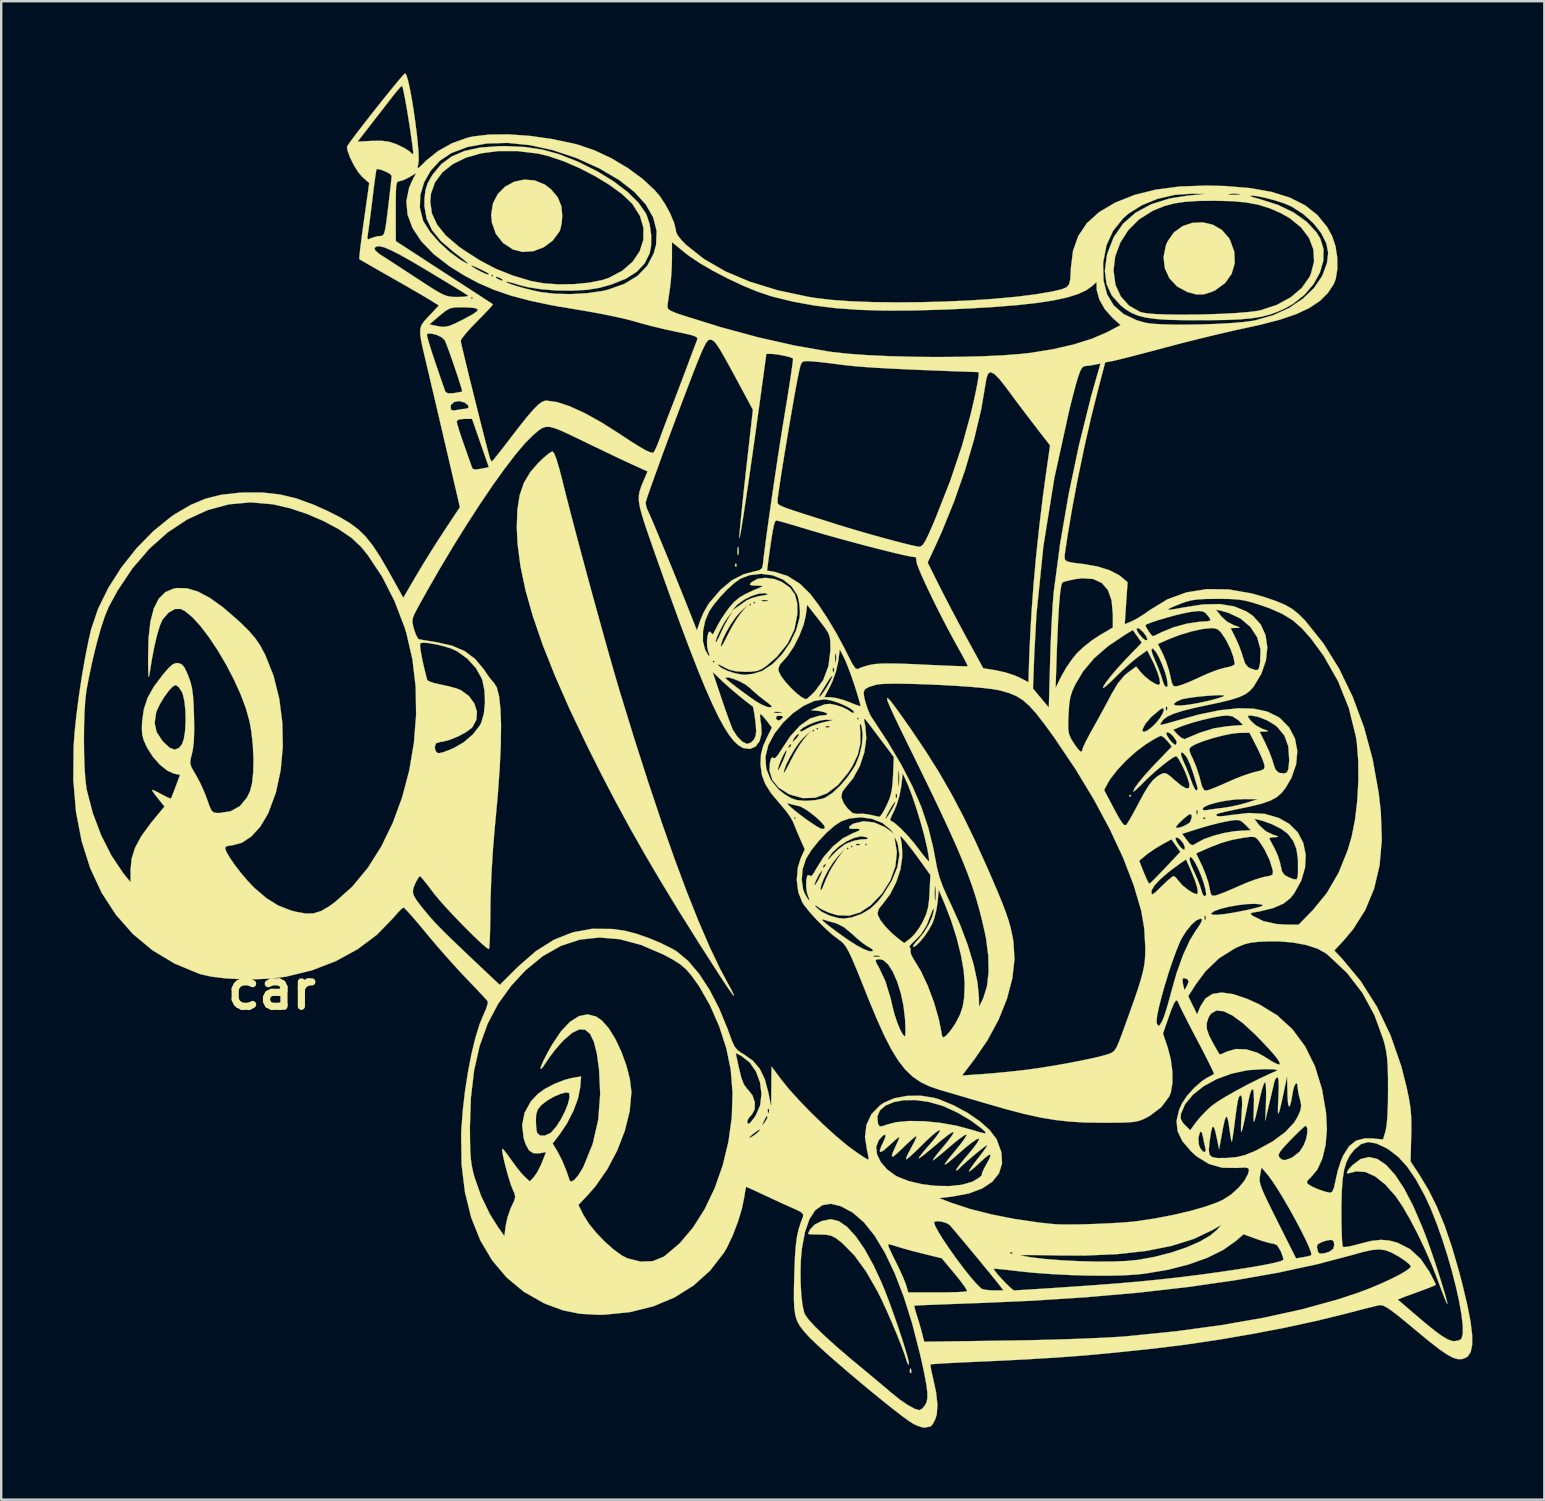
<source format=kicad_pcb>
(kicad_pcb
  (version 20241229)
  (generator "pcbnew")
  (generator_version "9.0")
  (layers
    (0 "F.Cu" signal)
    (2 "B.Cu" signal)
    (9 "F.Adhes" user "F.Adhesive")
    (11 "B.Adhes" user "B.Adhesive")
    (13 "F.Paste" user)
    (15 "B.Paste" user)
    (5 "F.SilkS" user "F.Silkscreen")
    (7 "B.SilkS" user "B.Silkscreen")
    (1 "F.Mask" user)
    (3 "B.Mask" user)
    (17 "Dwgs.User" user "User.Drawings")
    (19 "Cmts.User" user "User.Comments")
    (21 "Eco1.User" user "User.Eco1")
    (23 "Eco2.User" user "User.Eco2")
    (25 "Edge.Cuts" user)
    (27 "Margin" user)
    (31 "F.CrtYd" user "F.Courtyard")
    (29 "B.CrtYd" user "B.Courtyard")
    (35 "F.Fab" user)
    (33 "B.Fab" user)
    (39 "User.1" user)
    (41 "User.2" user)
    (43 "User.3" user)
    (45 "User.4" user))
  (footprint "car"
    (layer "F.Cu")
    (at 8.276 38.198)
    (property "Reference" "car" (at 0 0 0) (layer "F.SilkS") (effects (font (size 1.524 1.524) (thickness 0.3))))
    (attr through_hole)
    (fp_poly (pts (xy 35.814 -8.086) (xy 35.772 -8.043) (xy 35.729 -8.086) (xy 35.772 -8.128) (xy 35.814 -8.086)) (stroke (width 0.01) (type solid)) (fill yes) (layer "F.SilkS"))
    (fp_poly (pts (xy 19.36 -17.752) (xy 19.371 -17.651) (xy 19.36 -17.639) (xy 19.31 -17.651) (xy 19.304 -17.695) (xy 19.335 -17.765) (xy 19.36 -17.752)) (stroke (width 0.01) (type solid)) (fill yes) (layer "F.SilkS"))
    (fp_poly (pts (xy 26.643 15.817) (xy 26.653 15.949) (xy 26.636 15.979) (xy 26.598 15.954) (xy 26.592 15.868) (xy 26.613 15.778) (xy 26.643 15.817)) (stroke (width 0.01) (type solid)) (fill yes) (layer "F.SilkS"))
    (fp_poly (pts (xy 19.447 -18.436) (xy 19.46 -18.221) (xy 19.447 -18.14) (xy 19.422 -18.113) (xy 19.409 -18.231) (xy 19.408 -18.288) (xy 19.417 -18.442) (xy 19.439 -18.46) (xy 19.447 -18.436)) (stroke (width 0.01) (type solid)) (fill yes) (layer "F.SilkS"))
    (fp_poly (pts (xy 10.95 -33.73) (xy 11.371 -33.561) (xy 11.628 -33.368) (xy 11.919 -33.027) (xy 12.071 -32.648) (xy 12.107 -32.258) (xy 12.084 -31.955) (xy 12.024 -31.686) (xy 11.988 -31.598) (xy 11.707 -31.22) (xy 11.332 -30.942) (xy 10.902 -30.78) (xy 10.455 -30.749) (xy 10.058 -30.849) (xy 9.637 -31.123) (xy 9.338 -31.505) (xy 9.173 -31.977) (xy 9.144 -32.303) (xy 9.218 -32.771) (xy 9.42 -33.163) (xy 9.723 -33.468) (xy 10.097 -33.671) (xy 10.516 -33.763) (xy 10.95 -33.73)) (stroke (width 0.01) (type solid)) (fill yes) (layer "F.SilkS"))
    (fp_poly (pts (xy 39.219 -31.883) (xy 39.594 -31.665) (xy 39.891 -31.327) (xy 39.937 -31.245) (xy 40.114 -30.754) (xy 40.132 -30.274) (xy 40.001 -29.831) (xy 39.728 -29.449) (xy 39.323 -29.153) (xy 39.181 -29.087) (xy 38.845 -28.981) (xy 38.535 -28.977) (xy 38.17 -29.074) (xy 38.155 -29.079) (xy 37.724 -29.314) (xy 37.408 -29.654) (xy 37.218 -30.071) (xy 37.166 -30.535) (xy 37.262 -31.018) (xy 37.337 -31.194) (xy 37.603 -31.567) (xy 37.957 -31.823) (xy 38.367 -31.961) (xy 38.799 -31.981) (xy 39.219 -31.883)) (stroke (width 0.01) (type solid)) (fill yes) (layer "F.SilkS"))
    (fp_poly (pts (xy 46.078 7.054) (xy 46.442 7.301) (xy 46.813 7.712) (xy 47.191 8.285) (xy 47.573 9.02) (xy 47.958 9.915) (xy 48.149 10.414) (xy 48.287 10.799) (xy 48.434 11.23) (xy 48.581 11.675) (xy 48.719 12.107) (xy 48.838 12.495) (xy 48.929 12.809) (xy 48.983 13.02) (xy 48.991 13.097) (xy 48.955 13.033) (xy 48.873 12.838) (xy 48.757 12.542) (xy 48.621 12.174) (xy 48.604 12.129) (xy 48.352 11.482) (xy 48.059 10.811) (xy 47.745 10.154) (xy 47.426 9.545) (xy 47.123 9.023) (xy 46.853 8.623) (xy 46.841 8.608) (xy 46.412 8.122) (xy 45.989 7.783) (xy 45.582 7.596) (xy 45.199 7.567) (xy 45.021 7.612) (xy 44.844 7.659) (xy 44.803 7.61) (xy 44.899 7.464) (xy 45.042 7.308) (xy 45.377 7.056) (xy 45.723 6.972) (xy 46.078 7.054)) (stroke (width 0.01) (type solid)) (fill yes) (layer "F.SilkS"))
    (fp_poly (pts (xy 23.642 9.649) (xy 23.984 9.89) (xy 24.341 10.282) (xy 24.709 10.816) (xy 25.079 11.486) (xy 25.418 12.213) (xy 25.564 12.57) (xy 25.728 12.998) (xy 25.899 13.469) (xy 26.068 13.954) (xy 26.227 14.426) (xy 26.364 14.855) (xy 26.471 15.214) (xy 26.539 15.474) (xy 26.558 15.607) (xy 26.556 15.613) (xy 26.515 15.608) (xy 26.461 15.474) (xy 26.455 15.452) (xy 26.368 15.179) (xy 26.224 14.793) (xy 26.039 14.332) (xy 25.83 13.836) (xy 25.614 13.344) (xy 25.405 12.894) (xy 25.253 12.586) (xy 24.77 11.743) (xy 24.277 11.067) (xy 23.774 10.557) (xy 23.747 10.534) (xy 23.5 10.346) (xy 23.302 10.246) (xy 23.077 10.208) (xy 22.847 10.202) (xy 22.583 10.198) (xy 22.403 10.187) (xy 22.352 10.176) (xy 22.387 10.089) (xy 22.439 9.986) (xy 22.628 9.787) (xy 22.923 9.638) (xy 23.264 9.569) (xy 23.323 9.567) (xy 23.642 9.649)) (stroke (width 0.01) (type solid)) (fill yes) (layer "F.SilkS"))
    (fp_poly (pts (xy 11.77 -22.353) (xy 11.867 -22.105) (xy 11.988 -21.695) (xy 12.097 -21.272) (xy 12.267 -20.594) (xy 12.473 -19.795) (xy 12.707 -18.904) (xy 12.961 -17.952) (xy 13.226 -16.97) (xy 13.495 -15.986) (xy 13.759 -15.031) (xy 14.01 -14.135) (xy 14.24 -13.329) (xy 14.44 -12.642) (xy 14.524 -12.361) (xy 15.121 -10.423) (xy 15.699 -8.62) (xy 16.256 -6.957) (xy 16.792 -5.437) (xy 17.304 -4.064) (xy 17.791 -2.842) (xy 18.252 -1.776) (xy 18.685 -0.869) (xy 19.002 -0.275) (xy 19.143 -0.018) (xy 19.235 0.17) (xy 19.262 0.253) (xy 19.26 0.254) (xy 19.2 0.187) (xy 19.068 0.006) (xy 18.886 -0.263) (xy 18.683 -0.572) (xy 17.786 -1.971) (xy 16.978 -3.26) (xy 16.244 -4.464) (xy 15.57 -5.607) (xy 14.942 -6.715) (xy 14.345 -7.813) (xy 13.765 -8.923) (xy 13.188 -10.073) (xy 13.125 -10.202) (xy 12.407 -11.71) (xy 11.797 -13.099) (xy 11.29 -14.378) (xy 10.885 -15.556) (xy 10.577 -16.642) (xy 10.365 -17.647) (xy 10.244 -18.579) (xy 10.211 -19.262) (xy 10.236 -19.997) (xy 10.33 -20.605) (xy 10.505 -21.118) (xy 10.771 -21.568) (xy 11.101 -21.95) (xy 11.34 -22.177) (xy 11.545 -22.348) (xy 11.679 -22.432) (xy 11.698 -22.437) (xy 11.77 -22.353)) (stroke (width 0.01) (type solid)) (fill yes) (layer "F.SilkS"))
    (fp_poly (pts (xy 5.613 -38.112) (xy 5.68 -37.892) (xy 5.753 -37.562) (xy 5.831 -37.15) (xy 5.907 -36.684) (xy 5.977 -36.195) (xy 6.039 -35.711) (xy 6.086 -35.262) (xy 6.116 -34.875) (xy 6.124 -34.58) (xy 6.107 -34.41) (xy 6.073 -34.279) (xy 6.086 -34.236) (xy 6.166 -34.291) (xy 6.334 -34.452) (xy 6.445 -34.563) (xy 6.932 -34.955) (xy 7.522 -35.281) (xy 8.15 -35.507) (xy 8.373 -35.558) (xy 9.064 -35.639) (xy 9.868 -35.647) (xy 10.746 -35.586) (xy 11.659 -35.458) (xy 12.569 -35.266) (xy 12.773 -35.214) (xy 13.46 -34.979) (xy 14.162 -34.648) (xy 14.839 -34.245) (xy 15.45 -33.796) (xy 15.956 -33.326) (xy 16.18 -33.061) (xy 16.409 -32.715) (xy 16.611 -32.335) (xy 16.763 -31.97) (xy 16.842 -31.671) (xy 16.849 -31.591) (xy 16.907 -31.456) (xy 17.061 -31.256) (xy 17.267 -31.044) (xy 18.007 -30.457) (xy 18.894 -29.944) (xy 19.92 -29.508) (xy 21.076 -29.152) (xy 22.354 -28.879) (xy 22.648 -28.831) (xy 23.323 -28.75) (xy 24.13 -28.693) (xy 25.04 -28.658) (xy 26.024 -28.646) (xy 27.052 -28.654) (xy 28.094 -28.682) (xy 29.123 -28.729) (xy 30.106 -28.795) (xy 31.017 -28.879) (xy 31.824 -28.979) (xy 32.499 -29.094) (xy 32.631 -29.123) (xy 32.93 -29.195) (xy 33.12 -29.274) (xy 33.227 -29.395) (xy 33.277 -29.598) (xy 33.298 -29.919) (xy 33.303 -30.074) (xy 33.322 -30.227) (xy 34.646 -30.227) (xy 34.666 -29.548) (xy 34.812 -28.981) (xy 35.088 -28.521) (xy 35.497 -28.163) (xy 36.043 -27.902) (xy 36.407 -27.797) (xy 36.686 -27.757) (xy 37.1 -27.731) (xy 37.614 -27.718) (xy 38.194 -27.718) (xy 38.806 -27.729) (xy 39.414 -27.751) (xy 39.985 -27.784) (xy 40.485 -27.826) (xy 40.879 -27.877) (xy 40.976 -27.895) (xy 41.725 -28.106) (xy 42.395 -28.411) (xy 42.971 -28.797) (xy 43.438 -29.247) (xy 43.779 -29.749) (xy 43.978 -30.287) (xy 44.026 -30.716) (xy 43.949 -31.112) (xy 43.736 -31.532) (xy 43.411 -31.945) (xy 42.999 -32.32) (xy 42.525 -32.627) (xy 42.46 -32.66) (xy 42.169 -32.781) (xy 41.8 -32.9) (xy 41.41 -33.003) (xy 41.059 -33.075) (xy 40.805 -33.098) (xy 40.804 -33.098) (xy 40.777 -33.078) (xy 40.891 -33.03) (xy 41.123 -32.963) (xy 41.19 -32.946) (xy 41.938 -32.707) (xy 42.593 -32.389) (xy 43.133 -32.004) (xy 43.538 -31.568) (xy 43.695 -31.313) (xy 43.833 -30.866) (xy 43.825 -30.383) (xy 43.683 -29.89) (xy 43.419 -29.411) (xy 43.047 -28.971) (xy 42.577 -28.595) (xy 42.273 -28.42) (xy 41.936 -28.263) (xy 41.603 -28.141) (xy 41.246 -28.049) (xy 40.838 -27.983) (xy 40.352 -27.939) (xy 39.762 -27.914) (xy 39.039 -27.903) (xy 38.735 -27.902) (xy 37.963 -27.905) (xy 37.336 -27.922) (xy 36.833 -27.956) (xy 36.43 -28.012) (xy 36.104 -28.094) (xy 35.832 -28.207) (xy 35.591 -28.353) (xy 35.382 -28.517) (xy 35.009 -28.933) (xy 34.789 -29.412) (xy 34.72 -29.961) (xy 34.722 -29.974) (xy 35.08 -29.974) (xy 35.16 -29.391) (xy 35.165 -29.373) (xy 35.387 -28.887) (xy 35.733 -28.507) (xy 36.184 -28.252) (xy 36.247 -28.23) (xy 36.47 -28.189) (xy 36.832 -28.159) (xy 37.302 -28.141) (xy 37.849 -28.134) (xy 38.443 -28.137) (xy 39.053 -28.15) (xy 39.65 -28.172) (xy 40.203 -28.202) (xy 40.68 -28.241) (xy 41.052 -28.287) (xy 41.213 -28.318) (xy 41.887 -28.542) (xy 42.464 -28.855) (xy 42.923 -29.245) (xy 43.244 -29.695) (xy 43.303 -29.821) (xy 43.438 -30.344) (xy 43.411 -30.853) (xy 43.228 -31.334) (xy 42.895 -31.774) (xy 42.42 -32.159) (xy 42.055 -32.365) (xy 41.588 -32.569) (xy 41.121 -32.715) (xy 40.613 -32.81) (xy 40.023 -32.864) (xy 39.307 -32.882) (xy 39.285 -32.882) (xy 38.608 -32.874) (xy 38.06 -32.838) (xy 37.602 -32.768) (xy 37.195 -32.658) (xy 36.801 -32.501) (xy 36.686 -32.447) (xy 36.142 -32.103) (xy 35.696 -31.656) (xy 35.361 -31.134) (xy 35.151 -30.565) (xy 35.08 -29.974) (xy 34.722 -29.974) (xy 34.802 -30.586) (xy 34.829 -30.696) (xy 35.088 -31.362) (xy 35.479 -31.925) (xy 36.001 -32.383) (xy 36.651 -32.735) (xy 37.425 -32.977) (xy 38.185 -33.096) (xy 38.695 -33.146) (xy 39.842 -33.146) (xy 39.933 -33.133) (xy 40.09 -33.129) (xy 40.29 -33.134) (xy 40.364 -33.149) (xy 40.324 -33.164) (xy 40.091 -33.18) (xy 39.9 -33.165) (xy 39.842 -33.146) (xy 38.695 -33.146) (xy 38.904 -33.166) (xy 38.354 -33.177) (xy 37.63 -33.127) (xy 36.92 -32.963) (xy 36.264 -32.697) (xy 35.705 -32.346) (xy 35.48 -32.149) (xy 35.06 -31.624) (xy 34.786 -31.025) (xy 34.654 -30.337) (xy 34.646 -30.227) (xy 33.322 -30.227) (xy 33.392 -30.792) (xy 33.612 -31.413) (xy 33.97 -31.946) (xy 34.475 -32.403) (xy 35.131 -32.793) (xy 35.179 -32.816) (xy 35.97 -33.128) (xy 36.853 -33.346) (xy 37.843 -33.475) (xy 38.955 -33.515) (xy 39.723 -33.496) (xy 40.768 -33.41) (xy 41.667 -33.25) (xy 42.429 -33.012) (xy 43.063 -32.693) (xy 43.577 -32.287) (xy 43.979 -31.792) (xy 44.189 -31.412) (xy 44.331 -30.991) (xy 44.405 -30.514) (xy 44.408 -30.038) (xy 44.341 -29.619) (xy 44.257 -29.404) (xy 44.005 -29.028) (xy 43.672 -28.7) (xy 43.243 -28.414) (xy 42.7 -28.16) (xy 42.029 -27.93) (xy 41.214 -27.717) (xy 40.717 -27.608) (xy 40.132 -27.481) (xy 39.44 -27.32) (xy 38.697 -27.141) (xy 37.96 -26.956) (xy 37.285 -26.779) (xy 37.245 -26.769) (xy 36.686 -26.619) (xy 36.164 -26.482) (xy 35.709 -26.364) (xy 35.347 -26.273) (xy 35.107 -26.216) (xy 35.041 -26.202) (xy 34.734 -26.147) (xy 34.43 -24.99) (xy 34.146 -23.85) (xy 33.866 -22.623) (xy 33.603 -21.363) (xy 33.367 -20.122) (xy 33.169 -18.954) (xy 33.066 -18.27) (xy 33.041 -18.071) (xy 33.051 -17.941) (xy 33.126 -17.861) (xy 33.293 -17.81) (xy 33.582 -17.77) (xy 33.835 -17.741) (xy 34.412 -17.64) (xy 34.916 -17.482) (xy 35.307 -17.28) (xy 35.397 -17.211) (xy 35.666 -16.985) (xy 35.548 -15.233) (xy 35.846 -15.357) (xy 36.073 -15.476) (xy 36.362 -15.658) (xy 36.601 -15.827) (xy 37.324 -16.269) (xy 38.116 -16.559) (xy 38.973 -16.697) (xy 39.885 -16.683) (xy 40.846 -16.515) (xy 41.36 -16.367) (xy 41.857 -16.197) (xy 42.233 -16.039) (xy 42.529 -15.869) (xy 42.789 -15.662) (xy 43.056 -15.394) (xy 43.085 -15.362) (xy 43.826 -14.436) (xy 44.483 -13.378) (xy 45.05 -12.205) (xy 45.519 -10.937) (xy 45.883 -9.591) (xy 46.134 -8.187) (xy 46.221 -7.405) (xy 46.261 -6.241) (xy 46.168 -5.176) (xy 45.938 -4.205) (xy 45.571 -3.322) (xy 45.066 -2.521) (xy 44.658 -2.037) (xy 44.282 -1.635) (xy 44.608 -1.292) (xy 45.386 -0.354) (xy 46.059 0.711) (xy 46.622 1.891) (xy 47.07 3.177) (xy 47.286 4.022) (xy 47.39 4.516) (xy 47.455 4.921) (xy 47.487 5.31) (xy 47.493 5.75) (xy 47.487 6.096) (xy 47.459 7.154) (xy 47.823 7.705) (xy 48.205 8.338) (xy 48.553 9.035) (xy 48.875 9.818) (xy 49.18 10.712) (xy 49.479 11.739) (xy 49.63 12.319) (xy 49.827 13.148) (xy 49.959 13.83) (xy 50.026 14.374) (xy 50.029 14.791) (xy 49.969 15.09) (xy 49.846 15.28) (xy 49.774 15.33) (xy 49.612 15.392) (xy 49.438 15.397) (xy 49.232 15.337) (xy 48.977 15.2) (xy 48.655 14.979) (xy 48.246 14.661) (xy 47.733 14.238) (xy 47.701 14.211) (xy 47.242 13.829) (xy 46.893 13.546) (xy 46.632 13.349) (xy 46.443 13.225) (xy 46.306 13.16) (xy 46.201 13.143) (xy 46.158 13.147) (xy 45.995 13.184) (xy 45.705 13.255) (xy 45.327 13.351) (xy 44.898 13.463) (xy 44.789 13.492) (xy 43.592 13.787) (xy 42.274 14.074) (xy 40.881 14.342) (xy 39.46 14.585) (xy 38.059 14.793) (xy 36.725 14.958) (xy 36.47 14.985) (xy 35.988 15.035) (xy 35.451 15.091) (xy 34.958 15.141) (xy 34.861 15.151) (xy 33.893 15.24) (xy 32.768 15.324) (xy 31.499 15.402) (xy 30.097 15.472) (xy 29.553 15.496) (xy 28.979 15.522) (xy 28.464 15.547) (xy 28.031 15.57) (xy 27.703 15.591) (xy 27.503 15.606) (xy 27.453 15.615) (xy 27.456 15.706) (xy 27.494 15.912) (xy 27.548 16.141) (xy 27.687 16.783) (xy 27.742 17.294) (xy 27.715 17.691) (xy 27.656 17.891) (xy 27.555 18.088) (xy 27.463 18.196) (xy 27.443 18.203) (xy 27.294 18.231) (xy 27.246 18.248) (xy 27.108 18.237) (xy 26.886 18.161) (xy 26.752 18.099) (xy 26.561 17.978) (xy 26.266 17.763) (xy 25.887 17.471) (xy 25.447 17.12) (xy 24.966 16.728) (xy 24.467 16.313) (xy 23.971 15.893) (xy 23.499 15.487) (xy 23.074 15.111) (xy 22.716 14.784) (xy 22.447 14.524) (xy 22.379 14.453) (xy 22.17 14.222) (xy 22.012 14.018) (xy 21.898 13.812) (xy 21.822 13.578) (xy 21.778 13.287) (xy 21.761 12.912) (xy 21.763 12.426) (xy 21.779 11.799) (xy 21.781 11.746) (xy 21.781 11.743) (xy 22.035 11.743) (xy 22.042 12.252) (xy 22.07 12.731) (xy 22.118 13.14) (xy 22.184 13.44) (xy 22.222 13.536) (xy 22.376 13.751) (xy 22.655 14.053) (xy 23.047 14.432) (xy 23.539 14.876) (xy 24.119 15.374) (xy 24.384 15.594) (xy 24.775 15.919) (xy 25.164 16.243) (xy 25.512 16.534) (xy 25.777 16.76) (xy 25.823 16.799) (xy 26.183 17.087) (xy 26.521 17.318) (xy 26.804 17.47) (xy 26.986 17.522) (xy 27.102 17.461) (xy 27.229 17.313) (xy 27.292 17.182) (xy 27.324 17.013) (xy 27.322 16.784) (xy 27.283 16.471) (xy 27.207 16.054) (xy 27.09 15.508) (xy 26.999 15.113) (xy 26.685 13.893) (xy 26.455 13.165) (xy 26.776 13.165) (xy 26.787 13.246) (xy 26.84 13.435) (xy 26.878 13.553) (xy 26.981 13.887) (xy 27.079 14.235) (xy 27.095 14.299) (xy 27.191 14.67) (xy 30.635 14.622) (xy 31.539 14.607) (xy 32.435 14.585) (xy 33.295 14.559) (xy 34.089 14.529) (xy 34.789 14.496) (xy 35.367 14.462) (xy 35.645 14.441) (xy 37.67 14.236) (xy 39.566 13.98) (xy 41.325 13.673) (xy 42.941 13.318) (xy 44.405 12.915) (xy 45.297 12.62) (xy 45.776 12.438) (xy 46.244 12.241) (xy 46.675 12.041) (xy 47.039 11.854) (xy 47.309 11.693) (xy 47.457 11.571) (xy 47.475 11.541) (xy 47.423 11.455) (xy 47.258 11.315) (xy 47.013 11.148) (xy 46.975 11.125) (xy 46.674 10.956) (xy 46.411 10.855) (xy 46.145 10.82) (xy 45.834 10.849) (xy 45.435 10.94) (xy 45.085 11.039) (xy 43.588 11.434) (xy 41.935 11.792) (xy 40.137 12.109) (xy 38.202 12.387) (xy 36.141 12.622) (xy 33.964 12.813) (xy 31.68 12.961) (xy 29.633 13.051) (xy 28.959 13.075) (xy 28.34 13.098) (xy 27.797 13.119) (xy 27.35 13.136) (xy 27.019 13.151) (xy 26.823 13.161) (xy 26.776 13.165) (xy 26.455 13.165) (xy 26.336 12.788) (xy 25.957 11.806) (xy 25.552 10.957) (xy 25.343 10.613) (xy 25.681 10.613) (xy 25.703 10.696) (xy 25.789 10.894) (xy 25.921 11.17) (xy 25.993 11.312) (xy 26.163 11.659) (xy 26.312 11.989) (xy 26.414 12.246) (xy 26.432 12.298) (xy 26.527 12.615) (xy 27.728 12.615) (xy 28.162 12.612) (xy 28.533 12.603) (xy 28.81 12.589) (xy 28.96 12.572) (xy 28.977 12.566) (xy 28.948 12.484) (xy 28.828 12.304) (xy 28.639 12.055) (xy 28.475 11.853) (xy 27.923 11.191) (xy 27.148 11.001) (xy 26.762 10.903) (xy 26.399 10.804) (xy 26.117 10.721) (xy 26.043 10.696) (xy 25.831 10.632) (xy 25.698 10.609) (xy 25.681 10.613) (xy 25.343 10.613) (xy 25.125 10.25) (xy 24.684 9.699) (xy 27.601 9.699) (xy 27.652 9.852) (xy 27.791 10.108) (xy 27.997 10.439) (xy 28.252 10.816) (xy 28.535 11.212) (xy 28.825 11.6) (xy 29.104 11.951) (xy 29.35 12.237) (xy 29.545 12.43) (xy 29.59 12.466) (xy 29.72 12.503) (xy 29.953 12.526) (xy 30.085 12.529) (xy 30.494 12.531) (xy 30.339 12.328) (xy 30.196 12.147) (xy 29.979 11.879) (xy 29.772 11.625) (xy 30.087 11.625) (xy 30.121 11.699) (xy 30.243 11.852) (xy 30.417 12.048) (xy 30.609 12.249) (xy 30.784 12.418) (xy 30.907 12.518) (xy 30.937 12.531) (xy 31.048 12.525) (xy 31.302 12.51) (xy 31.676 12.487) (xy 32.142 12.458) (xy 32.676 12.423) (xy 32.982 12.403) (xy 34.155 12.322) (xy 35.193 12.243) (xy 36.134 12.162) (xy 37.011 12.075) (xy 37.862 11.98) (xy 38.72 11.872) (xy 39.455 11.771) (xy 40.219 11.659) (xy 40.873 11.555) (xy 41.406 11.46) (xy 41.806 11.376) (xy 42.062 11.306) (xy 42.163 11.252) (xy 42.164 11.247) (xy 42.134 11.124) (xy 42.059 10.92) (xy 42.041 10.877) (xy 41.898 10.648) (xy 41.749 10.583) (xy 41.584 10.555) (xy 41.321 10.482) (xy 41.039 10.387) (xy 40.499 10.191) (xy 40.167 10.479) (xy 39.646 10.846) (xy 38.983 11.173) (xy 38.203 11.451) (xy 37.331 11.674) (xy 36.39 11.831) (xy 36.11 11.863) (xy 35.555 11.901) (xy 34.874 11.918) (xy 34.108 11.914) (xy 33.298 11.891) (xy 32.485 11.85) (xy 31.712 11.792) (xy 31.118 11.73) (xy 30.726 11.684) (xy 30.401 11.649) (xy 30.177 11.628) (xy 30.088 11.625) (xy 30.087 11.625) (xy 29.772 11.625) (xy 29.711 11.551) (xy 29.413 11.189) (xy 29.311 11.065) (xy 31.169 11.065) (xy 31.174 11.069) (xy 31.635 11.151) (xy 32.224 11.221) (xy 32.898 11.274) (xy 33.617 11.311) (xy 34.34 11.329) (xy 35.024 11.327) (xy 35.629 11.304) (xy 36.11 11.257) (xy 36.814 11.128) (xy 37.496 10.951) (xy 38.126 10.737) (xy 38.675 10.497) (xy 39.111 10.244) (xy 39.379 10.018) (xy 39.582 9.796) (xy 39.192 10.021) (xy 38.42 10.387) (xy 37.502 10.675) (xy 36.439 10.886) (xy 35.228 11.021) (xy 33.867 11.079) (xy 32.808 11.074) (xy 32.291 11.064) (xy 31.847 11.058) (xy 31.497 11.056) (xy 31.264 11.059) (xy 31.169 11.065) (xy 29.311 11.065) (xy 29.215 10.95) (xy 30.762 10.95) (xy 30.774 11.001) (xy 30.819 11.007) (xy 30.888 10.976) (xy 30.875 10.95) (xy 30.775 10.94) (xy 30.762 10.95) (xy 29.215 10.95) (xy 29.108 10.821) (xy 28.818 10.472) (xy 28.563 10.169) (xy 28.368 9.939) (xy 28.253 9.808) (xy 28.242 9.796) (xy 28.103 9.717) (xy 27.911 9.663) (xy 27.726 9.646) (xy 27.613 9.673) (xy 27.601 9.699) (xy 24.684 9.699) (xy 24.68 9.694) (xy 24.223 9.297) (xy 24.195 9.278) (xy 23.718 9.022) (xy 23.303 8.921) (xy 22.947 8.977) (xy 22.649 9.189) (xy 22.409 9.559) (xy 22.224 10.088) (xy 22.094 10.777) (xy 22.092 10.795) (xy 22.051 11.244) (xy 22.035 11.743) (xy 21.781 11.743) (xy 21.804 11.142) (xy 21.838 10.67) (xy 21.889 10.29) (xy 21.962 9.964) (xy 22.063 9.654) (xy 22.139 9.461) (xy 22.146 9.359) (xy 22.052 9.264) (xy 21.827 9.151) (xy 21.79 9.135) (xy 21.53 9.02) (xy 21.175 8.859) (xy 20.784 8.678) (xy 20.587 8.585) (xy 20.256 8.431) (xy 19.989 8.308) (xy 19.817 8.231) (xy 19.772 8.213) (xy 19.749 8.288) (xy 19.715 8.482) (xy 19.693 8.639) (xy 19.592 9.128) (xy 19.421 9.689) (xy 19.204 10.253) (xy 18.966 10.752) (xy 18.843 10.962) (xy 18.274 11.699) (xy 17.586 12.32) (xy 16.792 12.82) (xy 15.901 13.194) (xy 14.925 13.436) (xy 13.873 13.542) (xy 13.599 13.547) (xy 12.841 13.504) (xy 12.153 13.365) (xy 11.459 13.112) (xy 11.325 13.053) (xy 10.503 12.586) (xy 9.788 11.992) (xy 9.183 11.276) (xy 8.69 10.443) (xy 8.312 9.497) (xy 8.052 8.445) (xy 7.911 7.292) (xy 7.893 6.042) (xy 7.902 5.842) (xy 7.911 5.715) (xy 8.258 5.715) (xy 8.262 6.281) (xy 8.274 6.715) (xy 8.297 7.055) (xy 8.336 7.34) (xy 8.393 7.607) (xy 8.449 7.815) (xy 8.726 8.599) (xy 9.088 9.35) (xy 9.43 9.895) (xy 9.694 10.265) (xy 9.748 9.84) (xy 9.823 9.493) (xy 9.947 9.132) (xy 9.996 9.025) (xy 10.107 8.788) (xy 10.145 8.632) (xy 10.115 8.485) (xy 10.044 8.328) (xy 9.967 8.131) (xy 9.877 7.848) (xy 9.784 7.521) (xy 9.7 7.193) (xy 9.635 6.906) (xy 9.601 6.701) (xy 9.604 6.623) (xy 9.664 6.671) (xy 9.79 6.828) (xy 9.957 7.06) (xy 9.974 7.084) (xy 10.18 7.369) (xy 10.385 7.625) (xy 10.532 7.783) (xy 10.754 7.989) (xy 10.922 7.808) (xy 11.051 7.625) (xy 11.192 7.357) (xy 11.261 7.197) (xy 11.431 6.766) (xy 11.152 6.818) (xy 10.906 6.816) (xy 10.72 6.694) (xy 10.577 6.433) (xy 10.499 6.187) (xy 10.435 5.643) (xy 10.477 5.428) (xy 11.007 5.428) (xy 11.017 5.697) (xy 11.044 5.908) (xy 11.058 5.962) (xy 11.178 6.074) (xy 11.373 6.081) (xy 11.59 5.986) (xy 11.664 5.927) (xy 11.859 5.701) (xy 12.047 5.408) (xy 12.212 5.085) (xy 12.338 4.773) (xy 12.406 4.509) (xy 12.399 4.333) (xy 12.379 4.302) (xy 12.252 4.282) (xy 12.032 4.34) (xy 11.763 4.456) (xy 11.492 4.61) (xy 11.263 4.783) (xy 11.239 4.804) (xy 11.086 4.988) (xy 11.019 5.199) (xy 11.007 5.428) (xy 10.477 5.428) (xy 10.536 5.129) (xy 10.797 4.655) (xy 11.091 4.34) (xy 11.395 4.124) (xy 11.794 3.918) (xy 12.213 3.754) (xy 12.531 3.673) (xy 12.892 3.615) (xy 12.854 4.078) (xy 12.763 4.53) (xy 12.572 5.045) (xy 12.307 5.565) (xy 12.004 6.019) (xy 11.706 6.408) (xy 11.907 6.739) (xy 12.102 7.116) (xy 12.292 7.581) (xy 12.415 7.949) (xy 12.486 7.999) (xy 12.612 7.922) (xy 12.77 7.738) (xy 12.938 7.472) (xy 12.994 7.366) (xy 13.374 6.426) (xy 13.605 5.419) (xy 13.688 4.34) (xy 13.639 3.315) (xy 13.548 2.659) (xy 13.424 2.167) (xy 13.263 1.837) (xy 13.061 1.666) (xy 12.815 1.653) (xy 12.522 1.795) (xy 12.178 2.09) (xy 12.047 2.228) (xy 11.808 2.506) (xy 11.581 2.802) (xy 11.478 2.954) (xy 11.316 3.197) (xy 11.224 3.303) (xy 11.197 3.289) (xy 11.231 3.171) (xy 11.322 2.963) (xy 11.464 2.681) (xy 11.652 2.341) (xy 11.684 2.286) (xy 12.056 1.732) (xy 12.43 1.336) (xy 12.802 1.1) (xy 13.166 1.027) (xy 13.52 1.118) (xy 13.761 1.284) (xy 14.046 1.61) (xy 14.323 2.06) (xy 14.573 2.591) (xy 14.779 3.158) (xy 14.922 3.717) (xy 14.985 4.224) (xy 14.986 4.299) (xy 14.915 5.068) (xy 14.713 5.881) (xy 14.397 6.698) (xy 13.983 7.482) (xy 13.488 8.193) (xy 13.184 8.542) (xy 12.779 8.969) (xy 13.005 9.416) (xy 13.217 9.752) (xy 13.517 10.122) (xy 13.868 10.488) (xy 14.233 10.815) (xy 14.575 11.066) (xy 14.817 11.192) (xy 15.374 11.331) (xy 15.873 11.312) (xy 16.315 11.136) (xy 16.379 11.094) (xy 16.997 10.573) (xy 17.555 9.913) (xy 18.046 9.137) (xy 18.461 8.267) (xy 18.792 7.325) (xy 19.032 6.334) (xy 19.056 6.157) (xy 19.897 6.157) (xy 19.952 6.158) (xy 20.08 6.084) (xy 20.227 5.972) (xy 20.327 5.873) (xy 20.353 5.816) (xy 20.259 5.865) (xy 20.172 5.926) (xy 19.999 6.059) (xy 19.903 6.146) (xy 19.897 6.157) (xy 19.056 6.157) (xy 19.127 5.644) (xy 20.432 5.644) (xy 20.45 5.643) (xy 20.527 5.551) (xy 20.629 5.393) (xy 20.659 5.304) (xy 20.642 5.25) (xy 20.585 5.328) (xy 20.496 5.503) (xy 20.432 5.644) (xy 19.127 5.644) (xy 19.172 5.316) (xy 19.204 4.294) (xy 19.128 3.333) (xy 18.985 2.636) (xy 19.334 2.636) (xy 19.479 3.303) (xy 19.575 3.688) (xy 19.677 3.946) (xy 19.801 4.12) (xy 19.85 4.166) (xy 20.037 4.407) (xy 20.132 4.697) (xy 20.126 4.979) (xy 20.012 5.199) (xy 19.991 5.218) (xy 19.862 5.369) (xy 19.81 5.508) (xy 19.853 5.585) (xy 19.878 5.588) (xy 19.958 5.523) (xy 20.089 5.357) (xy 20.174 5.232) (xy 20.261 5.031) (xy 20.665 5.031) (xy 20.681 5.14) (xy 20.71 5.142) (xy 20.73 5.028) (xy 20.717 4.979) (xy 20.679 4.947) (xy 20.665 5.031) (xy 20.261 5.031) (xy 20.355 4.813) (xy 20.409 4.342) (xy 20.348 3.861) (xy 20.18 3.409) (xy 19.917 3.027) (xy 19.567 2.756) (xy 19.565 2.755) (xy 19.334 2.636) (xy 18.985 2.636) (xy 18.945 2.441) (xy 18.65 1.531) (xy 18.265 0.651) (xy 17.811 -0.146) (xy 17.484 -0.603) (xy 17.268 -0.85) (xy 17.033 -1.053) (xy 16.734 -1.247) (xy 16.328 -1.465) (xy 15.395 -1.867) (xy 14.503 -2.105) (xy 13.65 -2.178) (xy 12.833 -2.086) (xy 12.05 -1.829) (xy 11.3 -1.405) (xy 10.581 -0.816) (xy 9.98 -0.169) (xy 9.433 0.588) (xy 8.995 1.42) (xy 8.663 2.34) (xy 8.432 3.361) (xy 8.299 4.499) (xy 8.258 5.715) (xy 7.911 5.715) (xy 7.959 5.051) (xy 8.052 4.239) (xy 8.175 3.44) (xy 8.321 2.686) (xy 8.485 2.009) (xy 8.66 1.441) (xy 8.813 1.069) (xy 8.93 0.801) (xy 8.998 0.589) (xy 9.002 0.484) (xy 8.926 0.394) (xy 8.755 0.207) (xy 8.511 -0.051) (xy 8.219 -0.357) (xy 8.121 -0.458) (xy 7.751 -0.851) (xy 7.325 -1.324) (xy 6.89 -1.82) (xy 6.496 -2.287) (xy 6.427 -2.371) (xy 6.131 -2.728) (xy 5.869 -3.033) (xy 5.662 -3.265) (xy 5.528 -3.402) (xy 5.49 -3.429) (xy 5.405 -3.368) (xy 5.249 -3.208) (xy 5.054 -2.983) (xy 5.047 -2.975) (xy 4.379 -2.289) (xy 3.581 -1.692) (xy 2.675 -1.195) (xy 1.682 -0.811) (xy 0.622 -0.551) (xy 0.57 -0.541) (xy -0.001 -0.47) (xy -0.641 -0.437) (xy -1.303 -0.439) (xy -1.942 -0.476) (xy -2.513 -0.546) (xy -2.969 -0.647) (xy -3.02 -0.664) (xy -4.051 -1.091) (xy -4.976 -1.648) (xy -5.793 -2.329) (xy -6.498 -3.129) (xy -7.09 -4.043) (xy -7.566 -5.067) (xy -7.924 -6.194) (xy -8.159 -7.421) (xy -8.271 -8.743) (xy -8.257 -10.153) (xy -8.239 -10.41) (xy -7.828 -10.41) (xy -7.821 -9.792) (xy -7.8 -9.218) (xy -7.765 -8.727) (xy -7.717 -8.361) (xy -7.713 -8.34) (xy -7.464 -7.375) (xy -7.114 -6.445) (xy -6.682 -5.591) (xy -6.187 -4.853) (xy -6.112 -4.76) (xy -5.884 -4.482) (xy -5.884 -5.014) (xy -5.839 -5.47) (xy -5.695 -5.921) (xy -5.439 -6.396) (xy -5.056 -6.924) (xy -4.949 -7.056) (xy -4.471 -7.635) (xy -4.733 -7.961) (xy -4.885 -8.157) (xy -4.979 -8.295) (xy -4.995 -8.329) (xy -4.929 -8.315) (xy -4.76 -8.235) (xy -4.61 -8.155) (xy -4.39 -8.039) (xy -4.24 -7.975) (xy -4.202 -7.97) (xy -4.162 -8.06) (xy -4.083 -8.261) (xy -4.001 -8.479) (xy -3.823 -8.956) (xy -4.067 -9.005) (xy -4.349 -9.129) (xy -4.655 -9.373) (xy -4.947 -9.699) (xy -5.187 -10.072) (xy -5.215 -10.127) (xy -5.337 -10.401) (xy -5.399 -10.635) (xy -5.414 -10.902) (xy -5.405 -11.109) (xy -4.881 -11.109) (xy -4.8 -10.743) (xy -4.569 -10.386) (xy -4.511 -10.32) (xy -4.256 -10.085) (xy -4.047 -10.004) (xy -3.868 -10.077) (xy -3.748 -10.22) (xy -3.665 -10.446) (xy -3.612 -10.789) (xy -3.59 -11.198) (xy -3.599 -11.624) (xy -3.639 -12.017) (xy -3.709 -12.326) (xy -3.751 -12.425) (xy -3.875 -12.606) (xy -3.99 -12.697) (xy -4.006 -12.7) (xy -4.132 -12.63) (xy -4.301 -12.449) (xy -4.485 -12.197) (xy -4.656 -11.915) (xy -4.784 -11.646) (xy -4.823 -11.529) (xy -4.881 -11.109) (xy -5.405 -11.109) (xy -5.401 -11.199) (xy -5.329 -11.702) (xy -5.174 -12.165) (xy -4.914 -12.631) (xy -4.53 -13.143) (xy -4.525 -13.149) (xy -4.297 -13.411) (xy -4.131 -13.558) (xy -3.992 -13.614) (xy -3.902 -13.614) (xy -3.767 -13.572) (xy -3.657 -13.457) (xy -3.542 -13.232) (xy -3.479 -13.081) (xy -3.391 -12.836) (xy -3.329 -12.587) (xy -3.287 -12.294) (xy -3.259 -11.913) (xy -3.241 -11.43) (xy -3.232 -10.823) (xy -3.248 -10.357) (xy -3.29 -10.003) (xy -3.325 -9.848) (xy -3.386 -9.602) (xy -3.397 -9.43) (xy -3.345 -9.267) (xy -3.218 -9.045) (xy -3.169 -8.965) (xy -2.992 -8.638) (xy -2.814 -8.245) (xy -2.698 -7.943) (xy -2.593 -7.645) (xy -2.512 -7.472) (xy -2.424 -7.392) (xy -2.298 -7.368) (xy -2.188 -7.366) (xy -1.713 -7.438) (xy -1.328 -7.653) (xy -1.032 -8.012) (xy -0.904 -8.278) (xy -0.819 -8.617) (xy -0.772 -9.079) (xy -0.762 -9.62) (xy -0.789 -10.198) (xy -0.852 -10.769) (xy -0.93 -11.198) (xy -1.083 -11.743) (xy -1.307 -12.334) (xy -1.587 -12.947) (xy -1.907 -13.56) (xy -2.254 -14.148) (xy -2.614 -14.688) (xy -2.97 -15.156) (xy -3.31 -15.528) (xy -3.617 -15.781) (xy -3.805 -15.873) (xy -4.039 -15.865) (xy -4.292 -15.722) (xy -4.522 -15.467) (xy -4.562 -15.405) (xy -4.666 -15.167) (xy -4.779 -14.79) (xy -4.893 -14.307) (xy -5.001 -13.746) (xy -5.067 -13.335) (xy -5.099 -13.131) (xy -5.121 -13.035) (xy -5.136 -13.062) (xy -5.145 -13.225) (xy -5.151 -13.535) (xy -5.154 -13.806) (xy -5.135 -14.651) (xy -5.057 -15.343) (xy -4.916 -15.889) (xy -4.709 -16.296) (xy -4.435 -16.57) (xy -4.09 -16.718) (xy -3.95 -16.742) (xy -3.535 -16.73) (xy -3.088 -16.599) (xy -2.597 -16.342) (xy -2.051 -15.952) (xy -1.436 -15.423) (xy -1.3 -15.296) (xy -0.947 -14.949) (xy -0.688 -14.65) (xy -0.482 -14.347) (xy -0.289 -13.986) (xy -0.27 -13.948) (xy 0.075 -13.079) (xy 0.312 -12.129) (xy 0.44 -11.134) (xy 0.46 -10.127) (xy 0.37 -9.142) (xy 0.17 -8.214) (xy -0.14 -7.377) (xy -0.171 -7.312) (xy -0.484 -6.79) (xy -0.848 -6.39) (xy -1.245 -6.126) (xy -1.656 -6.014) (xy -1.733 -6.011) (xy -1.893 -5.978) (xy -1.947 -5.911) (xy -1.894 -5.752) (xy -1.749 -5.503) (xy -1.538 -5.196) (xy -1.284 -4.866) (xy -1.012 -4.545) (xy -0.747 -4.266) (xy -0.736 -4.255) (xy -0.226 -3.818) (xy 0.268 -3.51) (xy 0.795 -3.304) (xy 1.016 -3.247) (xy 1.417 -3.176) (xy 1.747 -3.184) (xy 2.058 -3.281) (xy 2.4 -3.482) (xy 2.643 -3.658) (xy 3.36 -4.301) (xy 4.003 -5.079) (xy 4.566 -5.972) (xy 5.045 -6.959) (xy 5.435 -8.022) (xy 5.73 -9.14) (xy 5.925 -10.293) (xy 6.016 -11.462) (xy 5.997 -12.626) (xy 5.863 -13.766) (xy 5.73 -14.345) (xy 6.179 -14.345) (xy 6.207 -14.113) (xy 6.269 -13.776) (xy 6.361 -13.365) (xy 6.477 -12.907) (xy 6.477 -12.907) (xy 6.567 -12.848) (xy 6.778 -12.778) (xy 7.066 -12.713) (xy 7.074 -12.712) (xy 7.404 -12.64) (xy 7.7 -12.556) (xy 7.877 -12.487) (xy 8.215 -12.241) (xy 8.443 -11.93) (xy 8.55 -11.589) (xy 8.527 -11.251) (xy 8.365 -10.949) (xy 8.311 -10.892) (xy 8.079 -10.724) (xy 7.762 -10.556) (xy 7.424 -10.418) (xy 7.13 -10.339) (xy 7.031 -10.329) (xy 6.847 -10.273) (xy 6.792 -10.11) (xy 6.817 -9.986) (xy 6.867 -9.891) (xy 6.957 -9.857) (xy 7.12 -9.889) (xy 7.387 -9.989) (xy 7.582 -10.072) (xy 8.007 -10.317) (xy 8.388 -10.647) (xy 8.67 -11.014) (xy 8.732 -11.133) (xy 8.84 -11.507) (xy 8.885 -11.969) (xy 8.867 -12.45) (xy 8.783 -12.878) (xy 8.751 -12.973) (xy 8.509 -13.405) (xy 8.151 -13.799) (xy 7.73 -14.104) (xy 7.496 -14.214) (xy 7.173 -14.316) (xy 6.832 -14.397) (xy 6.521 -14.449) (xy 6.287 -14.462) (xy 6.192 -14.443) (xy 6.179 -14.345) (xy 5.73 -14.345) (xy 5.61 -14.862) (xy 5.538 -15.095) (xy 5.452 -15.321) (xy 5.861 -15.321) (xy 5.898 -15.133) (xy 5.926 -15.031) (xy 6.008 -14.794) (xy 6.093 -14.639) (xy 6.13 -14.608) (xy 6.255 -14.584) (xy 6.497 -14.543) (xy 6.808 -14.493) (xy 6.85 -14.486) (xy 7.508 -14.34) (xy 8.037 -14.114) (xy 8.471 -13.79) (xy 8.84 -13.35) (xy 8.919 -13.229) (xy 9.074 -13.005) (xy 9.217 -12.834) (xy 9.252 -12.8) (xy 9.379 -12.599) (xy 9.472 -12.235) (xy 9.53 -11.715) (xy 9.555 -11.042) (xy 9.545 -10.221) (xy 9.5 -9.256) (xy 9.422 -8.152) (xy 9.309 -6.912) (xy 9.307 -6.9) (xy 9.219 -5.867) (xy 9.154 -4.806) (xy 9.117 -3.795) (xy 9.111 -3.366) (xy 9.106 -2.855) (xy 9.097 -2.406) (xy 9.084 -2.047) (xy 9.069 -1.802) (xy 9.053 -1.696) (xy 9.051 -1.694) (xy 8.951 -1.752) (xy 8.761 -1.914) (xy 8.501 -2.156) (xy 8.196 -2.455) (xy 7.866 -2.789) (xy 7.535 -3.134) (xy 7.225 -3.469) (xy 6.959 -3.77) (xy 6.758 -4.014) (xy 6.731 -4.05) (xy 6.513 -4.338) (xy 6.331 -4.567) (xy 6.209 -4.707) (xy 6.172 -4.738) (xy 6.11 -4.67) (xy 6.013 -4.497) (xy 5.974 -4.413) (xy 5.902 -4.234) (xy 5.879 -4.084) (xy 5.918 -3.928) (xy 6.031 -3.734) (xy 6.231 -3.47) (xy 6.453 -3.198) (xy 6.599 -3.026) (xy 6.76 -2.846) (xy 6.951 -2.645) (xy 7.186 -2.407) (xy 7.483 -2.116) (xy 7.854 -1.759) (xy 8.317 -1.319) (xy 8.885 -0.782) (xy 9.001 -0.673) (xy 9.501 -0.202) (xy 10.275 -0.971) (xy 11.009 -1.609) (xy 11.761 -2.082) (xy 12.538 -2.391) (xy 13.351 -2.54) (xy 14.207 -2.532) (xy 14.715 -2.459) (xy 15.17 -2.342) (xy 15.694 -2.161) (xy 16.22 -1.942) (xy 16.683 -1.712) (xy 16.888 -1.589) (xy 17.35 -1.204) (xy 17.805 -0.668) (xy 18.24 -0.003) (xy 18.642 0.773) (xy 19 1.641) (xy 19.06 1.81) (xy 19.184 2.148) (xy 19.29 2.369) (xy 19.409 2.515) (xy 19.57 2.632) (xy 19.658 2.683) (xy 20.048 2.956) (xy 20.337 3.293) (xy 20.547 3.728) (xy 20.698 4.295) (xy 20.7 4.306) (xy 20.812 4.868) (xy 20.828 3.201) (xy 21.228 3.738) (xy 21.558 4.146) (xy 21.987 4.62) (xy 22.478 5.126) (xy 22.994 5.627) (xy 23.5 6.087) (xy 23.959 6.471) (xy 24.12 6.594) (xy 24.416 6.806) (xy 24.659 6.97) (xy 24.819 7.066) (xy 24.867 7.08) (xy 24.87 6.983) (xy 24.832 6.787) (xy 24.814 6.718) (xy 24.787 6.548) (xy 25.189 6.548) (xy 25.224 6.858) (xy 25.38 7.181) (xy 25.642 7.486) (xy 25.993 7.744) (xy 26.076 7.789) (xy 26.547 7.975) (xy 27.095 8.104) (xy 27.675 8.174) (xy 28.245 8.183) (xy 28.76 8.128) (xy 29.177 8.008) (xy 29.275 7.96) (xy 29.473 7.837) (xy 29.582 7.745) (xy 29.59 7.718) (xy 29.605 7.628) (xy 29.689 7.444) (xy 29.76 7.316) (xy 29.912 7.035) (xy 29.96 6.888) (xy 29.902 6.873) (xy 29.74 6.99) (xy 29.53 7.183) (xy 29.311 7.386) (xy 29.142 7.527) (xy 29.057 7.578) (xy 29.054 7.576) (xy 29.087 7.5) (xy 29.206 7.325) (xy 29.387 7.082) (xy 29.475 6.971) (xy 29.662 6.727) (xy 29.782 6.552) (xy 29.82 6.471) (xy 29.803 6.474) (xy 29.67 6.568) (xy 29.464 6.732) (xy 29.221 6.934) (xy 28.98 7.141) (xy 28.778 7.322) (xy 28.653 7.444) (xy 28.631 7.472) (xy 28.534 7.534) (xy 28.52 7.535) (xy 28.536 7.477) (xy 28.647 7.319) (xy 28.832 7.087) (xy 29.005 6.883) (xy 29.235 6.606) (xy 29.399 6.382) (xy 29.478 6.238) (xy 29.474 6.198) (xy 29.371 6.237) (xy 29.178 6.368) (xy 28.925 6.568) (xy 28.763 6.708) (xy 28.408 7.019) (xy 28.174 7.214) (xy 28.056 7.292) (xy 28.054 7.254) (xy 28.164 7.1) (xy 28.383 6.831) (xy 28.471 6.726) (xy 28.697 6.447) (xy 28.864 6.219) (xy 28.953 6.07) (xy 28.957 6.027) (xy 28.864 6.067) (xy 28.676 6.199) (xy 28.424 6.399) (xy 28.24 6.556) (xy 27.966 6.79) (xy 27.74 6.976) (xy 27.592 7.089) (xy 27.552 7.112) (xy 27.576 7.054) (xy 27.688 6.901) (xy 27.864 6.687) (xy 27.869 6.682) (xy 28.173 6.315) (xy 28.358 6.068) (xy 28.423 5.941) (xy 28.369 5.934) (xy 28.195 6.046) (xy 27.901 6.279) (xy 27.666 6.477) (xy 27.389 6.709) (xy 27.16 6.893) (xy 27.008 7.005) (xy 26.965 7.027) (xy 26.991 6.969) (xy 27.11 6.813) (xy 27.3 6.586) (xy 27.432 6.435) (xy 27.646 6.181) (xy 27.792 5.981) (xy 27.853 5.863) (xy 27.841 5.842) (xy 27.736 5.899) (xy 27.544 6.053) (xy 27.296 6.279) (xy 27.096 6.475) (xy 26.835 6.731) (xy 26.62 6.93) (xy 26.477 7.049) (xy 26.431 7.071) (xy 26.451 6.985) (xy 26.538 6.796) (xy 26.66 6.566) (xy 26.787 6.326) (xy 26.86 6.156) (xy 26.864 6.096) (xy 26.779 6.152) (xy 26.608 6.3) (xy 26.383 6.511) (xy 26.313 6.58) (xy 26.052 6.829) (xy 25.896 6.949) (xy 25.839 6.941) (xy 25.874 6.803) (xy 25.993 6.539) (xy 26.094 6.319) (xy 26.154 6.166) (xy 26.162 6.135) (xy 26.107 6.161) (xy 25.963 6.28) (xy 25.761 6.467) (xy 25.76 6.467) (xy 25.516 6.684) (xy 25.376 6.767) (xy 25.337 6.715) (xy 25.399 6.528) (xy 25.486 6.347) (xy 25.577 6.125) (xy 25.568 6.032) (xy 25.474 6.074) (xy 25.31 6.256) (xy 25.29 6.282) (xy 25.189 6.548) (xy 24.787 6.548) (xy 24.723 6.14) (xy 24.786 5.624) (xy 24.948 5.284) (xy 25.236 5.284) (xy 25.268 5.586) (xy 25.279 5.616) (xy 25.336 5.694) (xy 25.45 5.687) (xy 25.597 5.633) (xy 26.017 5.521) (xy 26.558 5.47) (xy 27.183 5.479) (xy 27.854 5.546) (xy 28.535 5.667) (xy 29.168 5.836) (xy 29.507 5.939) (xy 29.702 5.985) (xy 29.765 5.971) (xy 29.71 5.895) (xy 29.576 5.775) (xy 29.127 5.444) (xy 28.591 5.128) (xy 28.049 4.876) (xy 27.904 4.821) (xy 27.351 4.668) (xy 26.822 4.598) (xy 26.337 4.605) (xy 25.917 4.683) (xy 25.58 4.826) (xy 25.346 5.028) (xy 25.236 5.284) (xy 24.948 5.284) (xy 24.998 5.179) (xy 25.357 4.813) (xy 25.502 4.714) (xy 25.945 4.523) (xy 26.48 4.423) (xy 27.054 4.416) (xy 27.612 4.506) (xy 27.805 4.565) (xy 28.43 4.824) (xy 29.011 5.139) (xy 29.518 5.489) (xy 29.922 5.852) (xy 30.193 6.21) (xy 30.22 6.26) (xy 30.407 6.773) (xy 30.435 7.239) (xy 30.308 7.649) (xy 30.032 7.999) (xy 29.611 8.281) (xy 29.051 8.491) (xy 28.355 8.622) (xy 28.35 8.622) (xy 27.813 8.685) (xy 28.321 8.879) (xy 29.094 9.135) (xy 29.994 9.364) (xy 30.98 9.557) (xy 32.013 9.707) (xy 32.597 9.769) (xy 32.895 9.783) (xy 33.321 9.784) (xy 33.831 9.776) (xy 34.383 9.758) (xy 34.936 9.733) (xy 35.447 9.702) (xy 35.874 9.667) (xy 36.068 9.645) (xy 36.83 9.528) (xy 37.577 9.384) (xy 38.275 9.22) (xy 38.892 9.045) (xy 39.394 8.867) (xy 39.641 8.754) (xy 39.98 8.535) (xy 40.29 8.256) (xy 40.538 7.956) (xy 40.586 7.866) (xy 41.17 7.866) (xy 41.175 7.994) (xy 41.212 8.15) (xy 41.289 8.357) (xy 41.414 8.639) (xy 41.598 9.02) (xy 41.848 9.523) (xy 41.905 9.637) (xy 42.688 11.196) (xy 42.987 11.147) (xy 43.195 11.106) (xy 43.316 11.067) (xy 43.322 11.062) (xy 43.316 10.958) (xy 43.234 10.736) (xy 43.231 10.727) (xy 43.556 10.727) (xy 43.599 10.886) (xy 43.603 10.929) (xy 43.673 10.998) (xy 43.861 10.986) (xy 44.063 10.924) (xy 44.239 10.798) (xy 44.281 10.628) (xy 44.253 10.476) (xy 44.15 10.421) (xy 43.943 10.456) (xy 43.78 10.509) (xy 43.586 10.611) (xy 43.556 10.727) (xy 43.231 10.727) (xy 43.091 10.421) (xy 42.901 10.038) (xy 42.676 9.612) (xy 42.496 9.285) (xy 44.577 9.285) (xy 44.581 9.751) (xy 44.591 10.156) (xy 44.606 10.472) (xy 44.625 10.667) (xy 44.639 10.716) (xy 44.745 10.723) (xy 44.966 10.686) (xy 45.261 10.612) (xy 45.316 10.596) (xy 45.815 10.469) (xy 46.219 10.423) (xy 46.586 10.454) (xy 46.923 10.546) (xy 47.432 10.806) (xy 47.878 11.214) (xy 48.243 11.75) (xy 48.245 11.753) (xy 48.38 12.012) (xy 48.477 12.206) (xy 48.514 12.293) (xy 48.514 12.293) (xy 48.44 12.335) (xy 48.239 12.418) (xy 47.946 12.529) (xy 47.711 12.615) (xy 47.378 12.736) (xy 47.116 12.834) (xy 46.959 12.897) (xy 46.928 12.914) (xy 46.996 12.971) (xy 47.164 13.115) (xy 47.403 13.321) (xy 47.583 13.476) (xy 48.074 13.893) (xy 48.461 14.206) (xy 48.761 14.425) (xy 48.991 14.564) (xy 49.168 14.633) (xy 49.277 14.647) (xy 49.475 14.614) (xy 49.584 14.543) (xy 49.638 14.334) (xy 49.635 13.989) (xy 49.582 13.533) (xy 49.485 12.988) (xy 49.35 12.376) (xy 49.183 11.722) (xy 48.989 11.048) (xy 48.774 10.376) (xy 48.544 9.73) (xy 48.306 9.132) (xy 48.065 8.606) (xy 48.05 8.577) (xy 47.681 7.904) (xy 47.321 7.376) (xy 46.952 6.97) (xy 46.555 6.663) (xy 46.451 6.601) (xy 46.037 6.406) (xy 45.697 6.348) (xy 45.404 6.429) (xy 45.129 6.652) (xy 45.106 6.676) (xy 44.927 6.907) (xy 44.792 7.169) (xy 44.694 7.487) (xy 44.63 7.889) (xy 44.593 8.398) (xy 44.578 9.042) (xy 44.577 9.285) (xy 42.496 9.285) (xy 42.432 9.17) (xy 42.181 8.737) (xy 41.939 8.337) (xy 41.717 7.997) (xy 41.531 7.742) (xy 41.5 7.705) (xy 41.249 7.408) (xy 41.186 7.743) (xy 41.17 7.866) (xy 40.586 7.866) (xy 40.691 7.672) (xy 40.725 7.505) (xy 40.692 7.437) (xy 40.57 7.41) (xy 40.324 7.419) (xy 40.232 7.427) (xy 39.608 7.417) (xy 39.054 7.259) (xy 38.548 6.946) (xy 38.321 6.743) (xy 37.954 6.316) (xy 37.886 6.175) (xy 38.615 6.175) (xy 38.638 6.456) (xy 38.696 6.61) (xy 38.803 6.741) (xy 38.895 6.765) (xy 38.924 6.683) (xy 39.052 6.683) (xy 39.082 6.874) (xy 39.195 6.977) (xy 39.419 7.015) (xy 39.78 7.011) (xy 39.836 7.009) (xy 40.216 6.974) (xy 40.553 6.892) (xy 40.628 6.862) (xy 41.965 6.862) (xy 41.971 6.949) (xy 41.993 6.983) (xy 42.103 7.084) (xy 42.233 7.099) (xy 42.434 7.03) (xy 42.55 6.977) (xy 42.837 6.749) (xy 43.013 6.472) (xy 43.107 6.22) (xy 43.156 5.972) (xy 43.157 5.775) (xy 43.104 5.677) (xy 43.078 5.674) (xy 42.998 5.734) (xy 42.829 5.89) (xy 42.601 6.115) (xy 42.452 6.267) (xy 42.189 6.547) (xy 42.032 6.737) (xy 41.965 6.862) (xy 40.628 6.862) (xy 40.927 6.743) (xy 41.063 6.679) (xy 41.718 6.319) (xy 42.238 5.933) (xy 42.611 5.532) (xy 42.757 5.291) (xy 42.869 5.031) (xy 42.903 4.838) (xy 42.869 4.634) (xy 42.852 4.576) (xy 42.789 4.319) (xy 42.757 4.101) (xy 42.757 4.075) (xy 42.735 3.916) (xy 42.682 3.9) (xy 42.617 4.008) (xy 42.559 4.22) (xy 42.548 4.287) (xy 42.485 4.647) (xy 42.43 4.839) (xy 42.385 4.864) (xy 42.352 4.721) (xy 42.332 4.409) (xy 42.33 4.318) (xy 42.316 3.598) (xy 42.155 4.36) (xy 42.061 4.793) (xy 41.994 5.06) (xy 41.953 5.163) (xy 41.934 5.105) (xy 41.934 4.886) (xy 41.951 4.508) (xy 41.953 4.466) (xy 41.967 4.051) (xy 41.958 3.774) (xy 41.926 3.647) (xy 41.913 3.641) (xy 41.831 3.712) (xy 41.785 3.831) (xy 41.746 3.999) (xy 41.68 4.281) (xy 41.6 4.623) (xy 41.572 4.741) (xy 41.404 5.461) (xy 41.435 4.676) (xy 41.442 4.33) (xy 41.434 4.052) (xy 41.415 3.883) (xy 41.4 3.851) (xy 41.352 3.907) (xy 41.285 4.092) (xy 41.212 4.368) (xy 41.2 4.424) (xy 41.09 4.922) (xy 41.011 5.263) (xy 40.958 5.454) (xy 40.928 5.503) (xy 40.916 5.419) (xy 40.918 5.21) (xy 40.928 4.932) (xy 40.934 4.591) (xy 40.925 4.326) (xy 40.905 4.172) (xy 40.889 4.149) (xy 40.846 4.165) (xy 40.806 4.232) (xy 40.761 4.375) (xy 40.704 4.623) (xy 40.627 5.001) (xy 40.594 5.165) (xy 40.526 5.494) (xy 40.464 5.755) (xy 40.419 5.906) (xy 40.408 5.927) (xy 40.394 5.868) (xy 40.394 5.674) (xy 40.407 5.381) (xy 40.42 5.186) (xy 40.441 4.769) (xy 40.433 4.507) (xy 40.397 4.404) (xy 40.391 4.403) (xy 40.34 4.422) (xy 40.297 4.498) (xy 40.256 4.654) (xy 40.212 4.917) (xy 40.159 5.312) (xy 40.13 5.544) (xy 40.086 5.883) (xy 40.046 6.15) (xy 40.018 6.307) (xy 40.009 6.331) (xy 39.986 6.27) (xy 39.952 6.084) (xy 39.923 5.875) (xy 39.87 5.513) (xy 39.822 5.318) (xy 39.771 5.291) (xy 39.714 5.433) (xy 39.646 5.742) (xy 39.62 5.884) (xy 39.482 6.646) (xy 39.37 6.103) (xy 39.303 5.827) (xy 39.247 5.703) (xy 39.195 5.735) (xy 39.144 5.928) (xy 39.09 6.285) (xy 39.078 6.383) (xy 39.052 6.683) (xy 38.924 6.683) (xy 38.926 6.678) (xy 38.915 6.625) (xy 38.871 6.445) (xy 38.821 6.195) (xy 38.813 6.151) (xy 38.762 5.951) (xy 38.707 5.912) (xy 38.683 5.939) (xy 38.615 6.175) (xy 37.886 6.175) (xy 37.751 5.897) (xy 37.706 5.465) (xy 37.727 5.377) (xy 37.877 5.377) (xy 37.981 5.557) (xy 38.053 5.634) (xy 38.277 5.857) (xy 38.516 5.527) (xy 38.717 5.285) (xy 38.982 5.013) (xy 39.168 4.843) (xy 39.397 4.677) (xy 39.744 4.462) (xy 40.175 4.217) (xy 40.653 3.961) (xy 41.142 3.715) (xy 41.606 3.498) (xy 41.825 3.402) (xy 41.902 3.358) (xy 41.867 3.331) (xy 41.702 3.315) (xy 41.389 3.308) (xy 41.348 3.308) (xy 40.66 3.354) (xy 39.996 3.497) (xy 39.38 3.724) (xy 38.837 4.02) (xy 38.39 4.373) (xy 38.063 4.77) (xy 37.886 5.182) (xy 37.877 5.377) (xy 37.727 5.377) (xy 37.817 5) (xy 37.933 4.741) (xy 38.14 4.429) (xy 38.432 4.102) (xy 38.751 3.82) (xy 38.989 3.664) (xy 39.169 3.569) (xy 39.268 3.512) (xy 39.271 3.51) (xy 39.243 3.431) (xy 39.147 3.226) (xy 38.994 2.92) (xy 38.798 2.536) (xy 38.573 2.106) (xy 38.338 1.658) (xy 38.201 1.392) (xy 38.964 1.392) (xy 38.969 1.632) (xy 39.067 1.916) (xy 39.211 2.194) (xy 39.351 2.442) (xy 39.456 2.623) (xy 39.5 2.694) (xy 39.582 2.678) (xy 39.755 2.602) (xy 39.799 2.579) (xy 40.18 2.47) (xy 40.619 2.486) (xy 41.065 2.621) (xy 41.317 2.758) (xy 41.673 2.98) (xy 41.902 3.099) (xy 42.01 3.116) (xy 42.003 3.031) (xy 41.895 2.857) (xy 41.757 2.687) (xy 41.53 2.435) (xy 41.248 2.135) (xy 40.979 1.86) (xy 40.473 1.392) (xy 40.034 1.07) (xy 39.666 0.895) (xy 39.369 0.867) (xy 39.148 0.988) (xy 39.046 1.145) (xy 38.964 1.392) (xy 38.201 1.392) (xy 38.13 1.253) (xy 37.961 0.92) (xy 37.846 0.684) (xy 37.798 0.575) (xy 37.743 0.456) (xy 37.679 0.452) (xy 37.597 0.575) (xy 37.486 0.839) (xy 37.385 1.124) (xy 37.142 1.824) (xy 37.341 2.415) (xy 37.469 2.907) (xy 37.534 3.414) (xy 37.535 3.888) (xy 37.47 4.28) (xy 37.404 4.447) (xy 37.074 4.891) (xy 36.598 5.253) (xy 36.424 5.347) (xy 36.268 5.419) (xy 36.116 5.471) (xy 35.937 5.506) (xy 35.7 5.528) (xy 35.375 5.539) (xy 34.932 5.542) (xy 34.544 5.542) (xy 33.864 5.531) (xy 33.242 5.494) (xy 32.643 5.427) (xy 32.029 5.324) (xy 31.365 5.177) (xy 30.615 4.981) (xy 29.76 4.736) (xy 29.258 4.588) (xy 28.738 4.435) (xy 28.257 4.294) (xy 27.875 4.183) (xy 27.837 4.172) (xy 27.416 4.029) (xy 27.044 3.851) (xy 26.71 3.622) (xy 26.402 3.327) (xy 26.108 2.949) (xy 25.816 2.474) (xy 25.515 1.885) (xy 25.193 1.168) (xy 24.837 0.307) (xy 24.766 0.127) (xy 24.518 -0.493) (xy 24.32 -0.975) (xy 24.216 -1.218) (xy 25.161 -1.218) (xy 25.207 -1.095) (xy 25.312 -0.913) (xy 25.568 -0.367) (xy 25.786 0.339) (xy 25.87 0.7) (xy 25.956 1.037) (xy 26.068 1.37) (xy 26.187 1.659) (xy 26.298 1.864) (xy 26.384 1.947) (xy 26.388 1.947) (xy 26.406 1.869) (xy 26.41 1.661) (xy 26.4 1.36) (xy 26.391 1.206) (xy 26.325 0.655) (xy 26.211 0.128) (xy 26.059 -0.351) (xy 25.881 -0.755) (xy 25.686 -1.058) (xy 25.486 -1.235) (xy 25.357 -1.27) (xy 25.209 -1.263) (xy 25.161 -1.218) (xy 24.216 -1.218) (xy 24.163 -1.34) (xy 24.14 -1.386) (xy 25.05 -1.386) (xy 25.162 -1.372) (xy 25.188 -1.371) (xy 25.333 -1.38) (xy 25.346 -1.407) (xy 25.338 -1.41) (xy 25.17 -1.427) (xy 25.084 -1.413) (xy 25.05 -1.386) (xy 24.14 -1.386) (xy 24.035 -1.606) (xy 23.927 -1.795) (xy 23.827 -1.926) (xy 23.727 -2.02) (xy 23.648 -2.076) (xy 23.372 -2.286) (xy 23.045 -2.581) (xy 22.708 -2.917) (xy 22.692 -2.934) (xy 22.921 -2.934) (xy 22.983 -2.857) (xy 23.162 -2.705) (xy 23.445 -2.488) (xy 23.821 -2.216) (xy 24.003 -2.088) (xy 24.355 -1.86) (xy 24.661 -1.697) (xy 24.895 -1.607) (xy 25.034 -1.602) (xy 25.061 -1.649) (xy 24.995 -1.711) (xy 24.853 -1.795) (xy 26.569 -1.795) (xy 26.58 -1.778) (xy 26.629 -1.716) (xy 26.617 -1.654) (xy 26.631 -1.507) (xy 26.726 -1.311) (xy 26.744 -1.285) (xy 27.051 -0.778) (xy 27.343 -0.155) (xy 27.598 0.528) (xy 27.798 1.219) (xy 27.9 1.723) (xy 27.937 1.928) (xy 27.984 1.992) (xy 28.072 1.939) (xy 28.123 1.892) (xy 28.272 1.723) (xy 28.443 1.481) (xy 28.503 1.383) (xy 28.682 1.039) (xy 28.795 0.707) (xy 28.856 0.33) (xy 28.876 -0.147) (xy 28.877 -0.26) (xy 28.836 -0.802) (xy 28.721 -1.448) (xy 28.544 -2.156) (xy 28.314 -2.883) (xy 28.042 -3.586) (xy 28.041 -3.588) (xy 27.796 -4.164) (xy 27.75 -3.66) (xy 27.694 -3.303) (xy 27.6 -2.947) (xy 27.538 -2.78) (xy 27.396 -2.514) (xy 27.211 -2.241) (xy 27.015 -2.001) (xy 26.841 -1.834) (xy 26.729 -1.778) (xy 26.729 -1.831) (xy 26.828 -1.968) (xy 26.945 -2.095) (xy 27.178 -2.382) (xy 27.382 -2.717) (xy 27.53 -3.047) (xy 27.593 -3.315) (xy 27.594 -3.344) (xy 27.571 -3.379) (xy 27.517 -3.273) (xy 27.483 -3.175) (xy 27.29 -2.681) (xy 27.049 -2.302) (xy 26.798 -2.045) (xy 26.64 -1.892) (xy 26.569 -1.795) (xy 24.853 -1.795) (xy 24.833 -1.807) (xy 24.823 -1.812) (xy 24.634 -1.939) (xy 24.389 -2.139) (xy 24.193 -2.321) (xy 23.852 -2.604) (xy 23.534 -2.767) (xy 23.48 -2.782) (xy 23.221 -2.851) (xy 23.01 -2.918) (xy 22.987 -2.926) (xy 22.921 -2.934) (xy 22.692 -2.934) (xy 22.404 -3.252) (xy 22.196 -3.516) (xy 22.632 -3.516) (xy 22.691 -3.433) (xy 22.917 -3.247) (xy 23.246 -3.09) (xy 23.609 -2.988) (xy 23.838 -2.965) (xy 24.161 -3.012) (xy 24.532 -3.141) (xy 24.633 -3.188) (xy 24.645 -3.195) (xy 25.248 -3.195) (xy 25.261 -3.109) (xy 25.368 -2.895) (xy 25.579 -2.626) (xy 25.858 -2.344) (xy 26.111 -2.132) (xy 26.357 -1.945) (xy 26.619 -2.142) (xy 26.799 -2.325) (xy 26.996 -2.597) (xy 27.131 -2.833) (xy 27.268 -3.136) (xy 27.351 -3.426) (xy 27.397 -3.77) (xy 27.412 -4.022) (xy 27.628 -4.022) (xy 27.632 -3.797) (xy 27.644 -3.698) (xy 27.662 -3.745) (xy 27.677 -4.002) (xy 27.663 -4.253) (xy 27.645 -4.323) (xy 27.633 -4.241) (xy 27.628 -4.025) (xy 27.628 -4.022) (xy 27.412 -4.022) (xy 27.414 -4.056) (xy 27.448 -4.784) (xy 27.023 -5.376) (xy 26.796 -5.686) (xy 26.576 -5.975) (xy 26.404 -6.189) (xy 26.376 -6.223) (xy 26.237 -6.378) (xy 26.186 -6.409) (xy 26.202 -6.324) (xy 26.22 -6.265) (xy 26.254 -6.067) (xy 26.273 -5.773) (xy 26.274 -5.523) (xy 26.201 -5.017) (xy 26.022 -4.478) (xy 25.766 -3.975) (xy 25.469 -3.583) (xy 25.298 -3.371) (xy 25.248 -3.195) (xy 24.645 -3.195) (xy 24.962 -3.39) (xy 25.249 -3.663) (xy 25.467 -3.94) (xy 25.843 -4.543) (xy 26.074 -5.107) (xy 26.157 -5.623) (xy 26.089 -6.081) (xy 26.03 -6.223) (xy 25.963 -6.346) (xy 25.951 -6.335) (xy 25.958 -6.308) (xy 26.052 -5.734) (xy 25.99 -5.144) (xy 25.78 -4.562) (xy 25.433 -4.01) (xy 24.961 -3.52) (xy 24.518 -3.222) (xy 24.066 -3.087) (xy 23.581 -3.108) (xy 23.507 -3.124) (xy 23.198 -3.222) (xy 22.912 -3.354) (xy 22.83 -3.405) (xy 22.672 -3.51) (xy 22.632 -3.516) (xy 22.196 -3.516) (xy 22.174 -3.543) (xy 22.111 -3.641) (xy 21.941 -4.076) (xy 21.879 -4.582) (xy 22.085 -4.582) (xy 22.146 -4.17) (xy 22.214 -4) (xy 22.317 -3.821) (xy 22.391 -3.729) (xy 22.399 -3.725) (xy 22.4 -3.787) (xy 22.355 -3.889) (xy 22.298 -4.076) (xy 22.287 -4.175) (xy 22.866 -4.175) (xy 22.893 -4.145) (xy 22.955 -4.253) (xy 22.984 -4.326) (xy 23.106 -4.624) (xy 23.243 -4.917) (xy 23.244 -4.919) (xy 23.389 -5.17) (xy 23.575 -5.454) (xy 23.641 -5.546) (xy 23.891 -5.884) (xy 23.961 -5.884) (xy 24.003 -5.842) (xy 24.045 -5.884) (xy 24.003 -5.927) (xy 23.961 -5.884) (xy 23.891 -5.884) (xy 23.586 -5.551) (xy 23.378 -5.285) (xy 23.176 -4.963) (xy 23.007 -4.634) (xy 22.896 -4.348) (xy 22.866 -4.175) (xy 22.287 -4.175) (xy 22.271 -4.323) (xy 22.272 -4.36) (xy 22.613 -4.36) (xy 22.648 -4.371) (xy 22.734 -4.5) (xy 22.775 -4.572) (xy 22.879 -4.781) (xy 22.935 -4.932) (xy 22.938 -4.953) (xy 22.903 -4.942) (xy 22.816 -4.814) (xy 22.775 -4.741) (xy 22.671 -4.532) (xy 22.616 -4.382) (xy 22.613 -4.36) (xy 22.272 -4.36) (xy 22.277 -4.566) (xy 22.314 -4.739) (xy 22.345 -4.779) (xy 22.437 -4.763) (xy 22.454 -4.733) (xy 22.505 -4.747) (xy 22.603 -4.883) (xy 22.694 -5.046) (xy 22.719 -5.086) (xy 22.965 -5.086) (xy 22.977 -5.08) (xy 23.054 -5.14) (xy 23.072 -5.165) (xy 23.093 -5.244) (xy 23.082 -5.249) (xy 23.004 -5.19) (xy 22.987 -5.165) (xy 22.965 -5.086) (xy 22.719 -5.086) (xy 22.932 -5.424) (xy 23.181 -5.424) (xy 23.265 -5.497) (xy 23.367 -5.612) (xy 23.607 -5.847) (xy 23.772 -5.969) (xy 24.13 -5.969) (xy 24.172 -5.927) (xy 24.215 -5.969) (xy 24.172 -6.011) (xy 24.13 -5.969) (xy 23.772 -5.969) (xy 23.856 -6.032) (xy 24.336 -6.032) (xy 24.419 -6.018) (xy 24.529 -6.034) (xy 24.53 -6.054) (xy 24.723 -6.054) (xy 24.765 -6.011) (xy 24.807 -6.054) (xy 24.765 -6.096) (xy 24.723 -6.054) (xy 24.53 -6.054) (xy 24.53 -6.062) (xy 24.417 -6.083) (xy 24.368 -6.069) (xy 24.336 -6.032) (xy 23.856 -6.032) (xy 23.881 -6.05) (xy 23.965 -6.098) (xy 24.258 -6.208) (xy 24.561 -6.266) (xy 24.613 -6.268) (xy 24.807 -6.278) (xy 24.85 -6.308) (xy 24.787 -6.356) (xy 24.566 -6.397) (xy 24.272 -6.331) (xy 23.947 -6.181) (xy 23.63 -5.969) (xy 23.359 -5.717) (xy 23.185 -5.468) (xy 23.181 -5.424) (xy 22.932 -5.424) (xy 23.002 -5.536) (xy 23.385 -5.971) (xy 23.804 -6.313) (xy 24.215 -6.523) (xy 24.451 -6.618) (xy 24.521 -6.682) (xy 24.427 -6.711) (xy 24.194 -6.703) (xy 24.063 -6.724) (xy 24.071 -6.8) (xy 24.207 -6.902) (xy 24.261 -6.929) (xy 24.664 -7.024) (xy 25.104 -6.972) (xy 25.545 -6.781) (xy 25.781 -6.615) (xy 25.95 -6.477) (xy 25.781 -6.679) (xy 25.453 -6.949) (xy 25.155 -7.069) (xy 25.764 -7.069) (xy 25.954 -6.951) (xy 26.208 -6.728) (xy 26.493 -6.435) (xy 26.774 -6.106) (xy 26.888 -5.957) (xy 27.095 -5.685) (xy 27.263 -5.477) (xy 27.369 -5.363) (xy 27.392 -5.351) (xy 27.392 -5.443) (xy 27.361 -5.656) (xy 27.307 -5.946) (xy 27.301 -5.972) (xy 27.189 -6.447) (xy 27.039 -6.989) (xy 26.87 -7.544) (xy 26.697 -8.059) (xy 26.536 -8.481) (xy 26.486 -8.597) (xy 26.296 -9.017) (xy 26.232 -8.473) (xy 26.161 -8.098) (xy 26.046 -7.714) (xy 25.958 -7.503) (xy 25.846 -7.27) (xy 25.777 -7.112) (xy 25.764 -7.069) (xy 25.155 -7.069) (xy 25.027 -7.121) (xy 25.002 -7.125) (xy 25.572 -7.125) (xy 25.609 -7.145) (xy 25.696 -7.268) (xy 25.805 -7.447) (xy 25.908 -7.633) (xy 25.978 -7.781) (xy 25.991 -7.832) (xy 25.954 -7.815) (xy 25.86 -7.682) (xy 25.78 -7.548) (xy 25.659 -7.326) (xy 25.584 -7.167) (xy 25.572 -7.125) (xy 25.002 -7.125) (xy 24.552 -7.187) (xy 24.073 -7.138) (xy 23.734 -7.02) (xy 23.446 -6.831) (xy 23.115 -6.539) (xy 22.783 -6.188) (xy 22.49 -5.821) (xy 22.278 -5.482) (xy 22.264 -5.454) (xy 22.125 -5.032) (xy 22.085 -4.582) (xy 21.879 -4.582) (xy 21.879 -4.583) (xy 21.926 -5.099) (xy 22.049 -5.489) (xy 22.212 -5.851) (xy 22.019 -6.291) (xy 21.889 -6.591) (xy 21.774 -6.873) (xy 21.726 -6.994) (xy 21.639 -7.154) (xy 21.759 -7.154) (xy 21.802 -7.112) (xy 21.844 -7.154) (xy 21.802 -7.197) (xy 21.759 -7.154) (xy 21.639 -7.154) (xy 21.621 -7.186) (xy 21.435 -7.445) (xy 21.207 -7.719) (xy 21.182 -7.747) (xy 21.169 -7.762) (xy 21.482 -7.762) (xy 21.556 -7.675) (xy 21.719 -7.53) (xy 21.946 -7.347) (xy 22.214 -7.146) (xy 22.425 -6.998) (xy 22.699 -6.816) (xy 22.871 -6.721) (xy 22.974 -6.697) (xy 23.042 -6.73) (xy 23.05 -6.738) (xy 23.033 -6.827) (xy 22.909 -6.979) (xy 22.713 -7.166) (xy 22.479 -7.356) (xy 22.243 -7.522) (xy 22.04 -7.633) (xy 21.957 -7.659) (xy 21.714 -7.713) (xy 21.528 -7.766) (xy 21.52 -7.769) (xy 21.482 -7.762) (xy 21.169 -7.762) (xy 20.813 -8.185) (xy 20.568 -8.572) (xy 20.428 -8.948) (xy 20.372 -9.351) (xy 20.37 -9.44) (xy 20.384 -9.702) (xy 20.572 -9.702) (xy 20.608 -9.209) (xy 20.795 -8.747) (xy 21.124 -8.342) (xy 21.369 -8.149) (xy 21.645 -7.983) (xy 21.89 -7.901) (xy 22.192 -7.875) (xy 22.285 -7.874) (xy 22.636 -7.899) (xy 22.951 -7.963) (xy 23.075 -8.008) (xy 23.103 -8.027) (xy 23.737 -8.027) (xy 23.836 -7.775) (xy 24.005 -7.548) (xy 24.201 -7.368) (xy 24.387 -7.325) (xy 24.421 -7.33) (xy 24.638 -7.335) (xy 24.907 -7.299) (xy 24.948 -7.29) (xy 25.169 -7.239) (xy 25.314 -7.208) (xy 25.33 -7.205) (xy 25.394 -7.271) (xy 25.504 -7.45) (xy 25.623 -7.679) (xy 25.75 -7.971) (xy 25.783 -8.093) (xy 25.999 -8.093) (xy 26.015 -7.983) (xy 26.044 -7.982) (xy 26.064 -8.095) (xy 26.051 -8.144) (xy 26.013 -8.176) (xy 25.999 -8.093) (xy 25.783 -8.093) (xy 25.828 -8.258) (xy 25.873 -8.604) (xy 25.885 -8.805) (xy 26.104 -8.805) (xy 26.109 -8.573) (xy 26.12 -8.469) (xy 26.136 -8.514) (xy 26.139 -8.53) (xy 26.153 -8.827) (xy 26.139 -9.081) (xy 26.122 -9.144) (xy 26.11 -9.058) (xy 26.105 -8.84) (xy 26.104 -8.805) (xy 25.885 -8.805) (xy 25.893 -8.929) (xy 25.926 -9.697) (xy 25.388 -10.415) (xy 25.096 -10.805) (xy 24.893 -11.073) (xy 24.765 -11.231) (xy 24.699 -11.293) (xy 24.681 -11.269) (xy 24.696 -11.174) (xy 24.731 -11.019) (xy 24.734 -11.007) (xy 24.777 -10.476) (xy 24.697 -9.899) (xy 24.508 -9.327) (xy 24.226 -8.811) (xy 23.962 -8.489) (xy 23.779 -8.253) (xy 23.737 -8.027) (xy 23.103 -8.027) (xy 23.372 -8.205) (xy 23.697 -8.512) (xy 24.012 -8.883) (xy 24.275 -9.276) (xy 24.344 -9.403) (xy 24.498 -9.795) (xy 24.595 -10.223) (xy 24.627 -10.629) (xy 24.586 -10.957) (xy 24.568 -11.007) (xy 24.524 -11.094) (xy 24.508 -11.046) (xy 24.519 -10.85) (xy 24.528 -10.753) (xy 24.529 -10.256) (xy 24.422 -9.793) (xy 24.192 -9.314) (xy 24.016 -9.039) (xy 23.596 -8.531) (xy 23.139 -8.185) (xy 22.652 -8.002) (xy 22.137 -7.985) (xy 21.601 -8.134) (xy 21.528 -8.167) (xy 21.126 -8.423) (xy 20.861 -8.747) (xy 20.769 -9.05) (xy 21.336 -9.05) (xy 21.369 -9.066) (xy 21.455 -9.207) (xy 21.579 -9.446) (xy 21.622 -9.534) (xy 21.804 -9.879) (xy 22.007 -10.211) (xy 22.187 -10.461) (xy 22.189 -10.463) (xy 22.47 -10.795) (xy 22.521 -10.795) (xy 22.564 -10.753) (xy 22.606 -10.795) (xy 22.564 -10.837) (xy 22.521 -10.795) (xy 22.47 -10.795) (xy 22.152 -10.499) (xy 21.971 -10.29) (xy 21.773 -10.001) (xy 21.585 -9.679) (xy 21.434 -9.373) (xy 21.347 -9.129) (xy 21.336 -9.05) (xy 20.769 -9.05) (xy 20.747 -9.12) (xy 20.744 -9.198) (xy 21.094 -9.198) (xy 21.097 -9.139) (xy 21.108 -9.146) (xy 21.167 -9.243) (xy 21.263 -9.444) (xy 21.328 -9.59) (xy 21.425 -9.838) (xy 21.459 -9.97) (xy 21.432 -9.971) (xy 21.345 -9.831) (xy 21.307 -9.758) (xy 21.214 -9.555) (xy 21.139 -9.353) (xy 21.094 -9.198) (xy 20.744 -9.198) (xy 20.744 -9.201) (xy 20.762 -9.46) (xy 20.808 -9.634) (xy 20.871 -9.689) (xy 20.912 -9.652) (xy 20.986 -9.658) (xy 21.112 -9.806) (xy 21.211 -9.963) (xy 21.29 -10.081) (xy 21.526 -10.081) (xy 21.538 -10.075) (xy 21.615 -10.135) (xy 21.632 -10.16) (xy 21.654 -10.239) (xy 21.642 -10.245) (xy 21.565 -10.185) (xy 21.548 -10.16) (xy 21.526 -10.081) (xy 21.29 -10.081) (xy 21.455 -10.329) (xy 21.703 -10.329) (xy 21.775 -10.385) (xy 21.886 -10.499) (xy 21.973 -10.62) (xy 21.962 -10.668) (xy 21.862 -10.604) (xy 21.779 -10.499) (xy 21.709 -10.369) (xy 21.703 -10.329) (xy 21.455 -10.329) (xy 21.61 -10.563) (xy 21.818 -10.791) (xy 22.013 -10.791) (xy 22.059 -10.756) (xy 22.208 -10.824) (xy 22.297 -10.88) (xy 22.691 -10.88) (xy 22.733 -10.837) (xy 22.775 -10.88) (xy 22.733 -10.922) (xy 22.691 -10.88) (xy 22.297 -10.88) (xy 22.318 -10.893) (xy 22.419 -10.942) (xy 23.066 -10.942) (xy 23.149 -10.929) (xy 23.259 -10.944) (xy 23.26 -10.973) (xy 23.147 -10.993) (xy 23.098 -10.98) (xy 23.066 -10.942) (xy 22.419 -10.942) (xy 22.527 -10.996) (xy 22.817 -11.098) (xy 22.971 -11.14) (xy 23.41 -11.246) (xy 23.079 -11.253) (xy 22.873 -11.224) (xy 22.615 -11.145) (xy 22.354 -11.036) (xy 22.139 -10.92) (xy 22.022 -10.819) (xy 22.013 -10.791) (xy 21.818 -10.791) (xy 22.017 -11.009) (xy 22.426 -11.298) (xy 22.441 -11.303) (xy 24.384 -11.303) (xy 24.426 -11.261) (xy 24.469 -11.303) (xy 24.426 -11.345) (xy 24.384 -11.303) (xy 22.441 -11.303) (xy 22.833 -11.424) (xy 22.936 -11.43) (xy 23.119 -11.451) (xy 23.156 -11.5) (xy 23.062 -11.559) (xy 22.854 -11.609) (xy 22.775 -11.619) (xy 22.479 -11.651) (xy 22.818 -11.805) (xy 23.063 -11.899) (xy 23.274 -11.913) (xy 23.536 -11.859) (xy 23.802 -11.768) (xy 24.016 -11.66) (xy 24.066 -11.623) (xy 24.198 -11.537) (xy 24.265 -11.537) (xy 24.249 -11.616) (xy 24.109 -11.725) (xy 23.884 -11.845) (xy 23.613 -11.96) (xy 23.334 -12.05) (xy 23.086 -12.1) (xy 23.021 -12.104) (xy 22.608 -12.035) (xy 22.164 -11.834) (xy 21.72 -11.525) (xy 21.307 -11.132) (xy 20.955 -10.682) (xy 20.695 -10.2) (xy 20.572 -9.702) (xy 20.384 -9.702) (xy 20.39 -9.82) (xy 20.479 -10.157) (xy 20.603 -10.438) (xy 20.843 -10.928) (xy 20.616 -11.227) (xy 20.538 -11.32) (xy 21.012 -11.32) (xy 21.039 -11.262) (xy 21.129 -11.217) (xy 21.23 -11.278) (xy 21.316 -11.367) (xy 21.26 -11.407) (xy 21.216 -11.416) (xy 21.049 -11.411) (xy 21.012 -11.32) (xy 20.538 -11.32) (xy 20.472 -11.399) (xy 20.374 -11.489) (xy 20.354 -11.492) (xy 20.348 -11.396) (xy 20.371 -11.192) (xy 20.392 -11.072) (xy 20.413 -10.68) (xy 20.332 -10.362) (xy 20.166 -10.139) (xy 19.932 -10.035) (xy 19.65 -10.073) (xy 19.633 -10.079) (xy 19.453 -10.185) (xy 19.265 -10.359) (xy 19.065 -10.611) (xy 18.85 -10.948) (xy 18.616 -11.378) (xy 18.36 -11.91) (xy 18.077 -12.552) (xy 17.792 -13.244) (xy 18.372 -13.244) (xy 18.743 -12.14) (xy 18.887 -11.717) (xy 19.022 -11.337) (xy 19.134 -11.036) (xy 19.209 -10.852) (xy 19.219 -10.831) (xy 19.402 -10.55) (xy 19.608 -10.342) (xy 19.797 -10.247) (xy 19.825 -10.245) (xy 19.983 -10.31) (xy 20.101 -10.435) (xy 20.167 -10.583) (xy 20.188 -10.786) (xy 20.167 -11.09) (xy 20.153 -11.204) (xy 20.113 -11.495) (xy 20.104 -11.548) (xy 20.907 -11.548) (xy 21.025 -11.535) (xy 21.082 -11.534) (xy 21.236 -11.543) (xy 21.254 -11.565) (xy 21.23 -11.573) (xy 21.015 -11.586) (xy 20.934 -11.573) (xy 20.907 -11.548) (xy 20.104 -11.548) (xy 20.077 -11.709) (xy 20.053 -11.802) (xy 20.052 -11.802) (xy 19.804 -11.987) (xy 19.487 -12.242) (xy 19.155 -12.521) (xy 18.864 -12.778) (xy 18.775 -12.861) (xy 18.625 -13.004) (xy 18.902 -13.004) (xy 18.952 -12.943) (xy 19.112 -12.807) (xy 19.357 -12.615) (xy 19.658 -12.39) (xy 19.989 -12.152) (xy 20.151 -12.039) (xy 20.404 -11.889) (xy 20.635 -11.792) (xy 20.735 -11.772) (xy 20.834 -11.782) (xy 20.828 -11.83) (xy 20.702 -11.937) (xy 20.566 -12.038) (xy 20.291 -12.253) (xy 20.026 -12.484) (xy 19.933 -12.574) (xy 19.756 -12.711) (xy 19.515 -12.844) (xy 19.259 -12.952) (xy 19.041 -13.014) (xy 18.91 -13.01) (xy 18.902 -13.004) (xy 18.625 -13.004) (xy 18.372 -13.244) (xy 17.792 -13.244) (xy 17.765 -13.312) (xy 17.623 -13.674) (xy 18.373 -13.674) (xy 18.415 -13.631) (xy 18.457 -13.674) (xy 18.415 -13.716) (xy 18.373 -13.674) (xy 17.623 -13.674) (xy 17.419 -14.197) (xy 17.295 -14.527) (xy 17.969 -14.527) (xy 18.055 -14.182) (xy 18.068 -14.155) (xy 18.183 -13.954) (xy 18.241 -13.895) (xy 18.232 -13.98) (xy 18.184 -14.123) (xy 18.145 -14.306) (xy 18.145 -14.316) (xy 18.714 -14.316) (xy 18.748 -14.322) (xy 18.833 -14.455) (xy 18.955 -14.69) (xy 18.997 -14.777) (xy 19.177 -15.123) (xy 19.38 -15.458) (xy 19.561 -15.708) (xy 19.846 -16.044) (xy 19.897 -16.044) (xy 19.939 -16.002) (xy 19.981 -16.044) (xy 19.939 -16.087) (xy 19.897 -16.044) (xy 19.846 -16.044) (xy 19.529 -15.749) (xy 19.337 -15.53) (xy 19.133 -15.236) (xy 18.944 -14.914) (xy 18.797 -14.611) (xy 18.72 -14.376) (xy 18.714 -14.316) (xy 18.145 -14.316) (xy 18.139 -14.522) (xy 18.139 -14.524) (xy 18.497 -14.524) (xy 18.507 -14.478) (xy 18.561 -14.549) (xy 18.653 -14.729) (xy 18.716 -14.869) (xy 18.855 -15.165) (xy 19.008 -15.444) (xy 19.058 -15.525) (xy 19.233 -15.79) (xy 19.019 -15.54) (xy 18.901 -15.374) (xy 18.769 -15.146) (xy 18.644 -14.9) (xy 18.547 -14.678) (xy 18.497 -14.524) (xy 18.139 -14.524) (xy 18.159 -14.728) (xy 18.2 -14.879) (xy 18.255 -14.93) (xy 18.29 -14.898) (xy 18.365 -14.816) (xy 18.389 -14.819) (xy 18.44 -14.913) (xy 18.537 -15.102) (xy 18.584 -15.194) (xy 18.735 -15.453) (xy 18.941 -15.757) (xy 18.97 -15.796) (xy 19.177 -15.796) (xy 19.389 -15.942) (xy 19.615 -16.099) (xy 19.656 -16.129) (xy 20.066 -16.129) (xy 20.108 -16.087) (xy 20.151 -16.129) (xy 20.108 -16.171) (xy 20.066 -16.129) (xy 19.656 -16.129) (xy 19.761 -16.203) (xy 20.393 -16.203) (xy 20.505 -16.188) (xy 20.532 -16.188) (xy 20.676 -16.197) (xy 20.689 -16.223) (xy 20.681 -16.227) (xy 20.513 -16.244) (xy 20.427 -16.23) (xy 20.393 -16.203) (xy 19.761 -16.203) (xy 19.786 -16.221) (xy 19.981 -16.313) (xy 20.258 -16.392) (xy 20.378 -16.415) (xy 20.606 -16.453) (xy 20.681 -16.481) (xy 20.618 -16.509) (xy 20.548 -16.525) (xy 20.306 -16.511) (xy 19.997 -16.412) (xy 19.68 -16.253) (xy 19.415 -16.061) (xy 19.337 -15.982) (xy 19.177 -15.796) (xy 18.97 -15.796) (xy 19.076 -15.938) (xy 19.263 -16.154) (xy 19.464 -16.326) (xy 19.72 -16.481) (xy 20.074 -16.646) (xy 20.32 -16.75) (xy 20.44 -16.806) (xy 20.429 -16.832) (xy 20.27 -16.841) (xy 20.196 -16.843) (xy 19.989 -16.853) (xy 19.923 -16.886) (xy 19.973 -16.961) (xy 19.997 -16.985) (xy 20.243 -17.123) (xy 20.578 -17.167) (xy 20.949 -17.116) (xy 21.251 -16.999) (xy 21.59 -16.765) (xy 21.801 -16.474) (xy 21.9 -16.096) (xy 21.904 -15.655) (xy 21.78 -15.015) (xy 21.493 -14.42) (xy 21.044 -13.869) (xy 20.618 -13.5) (xy 20.411 -13.359) (xy 20.214 -13.284) (xy 19.96 -13.254) (xy 19.734 -13.25) (xy 19.351 -13.27) (xy 19.064 -13.339) (xy 18.854 -13.441) (xy 18.676 -13.535) (xy 18.588 -13.558) (xy 18.59 -13.538) (xy 18.738 -13.412) (xy 18.997 -13.288) (xy 19.31 -13.188) (xy 19.617 -13.131) (xy 19.722 -13.125) (xy 20.057 -13.167) (xy 20.402 -13.273) (xy 20.462 -13.3) (xy 20.595 -13.389) (xy 21.114 -13.389) (xy 21.127 -13.27) (xy 21.221 -13.079) (xy 21.401 -12.839) (xy 21.631 -12.584) (xy 21.874 -12.353) (xy 22.096 -12.182) (xy 22.258 -12.108) (xy 22.269 -12.107) (xy 22.35 -12.163) (xy 22.416 -12.222) (xy 22.807 -12.222) (xy 22.817 -12.192) (xy 23.031 -12.192) (xy 23.305 -12.189) (xy 23.537 -12.155) (xy 23.841 -12.069) (xy 24.045 -11.993) (xy 24.297 -11.893) (xy 24.476 -11.83) (xy 24.537 -11.817) (xy 24.523 -11.899) (xy 24.466 -12.108) (xy 24.381 -12.392) (xy 24.665 -12.392) (xy 24.692 -12.18) (xy 24.73 -12.026) (xy 24.82 -11.735) (xy 24.923 -11.485) (xy 24.973 -11.395) (xy 25.662 -10.344) (xy 26.234 -9.38) (xy 26.7 -8.479) (xy 27.07 -7.617) (xy 27.356 -6.77) (xy 27.568 -5.914) (xy 27.653 -5.461) (xy 27.733 -5.043) (xy 27.831 -4.675) (xy 27.967 -4.301) (xy 28.16 -3.865) (xy 28.287 -3.598) (xy 28.682 -2.719) (xy 29.007 -1.858) (xy 29.252 -1.046) (xy 29.41 -0.31) (xy 29.471 0.322) (xy 29.471 0.323) (xy 29.478 0.72) (xy 29.656 0.339) (xy 29.806 -0.14) (xy 29.875 -0.736) (xy 29.861 -1.416) (xy 29.766 -2.148) (xy 29.717 -2.388) (xy 29.602 -2.895) (xy 29.479 -3.377) (xy 29.342 -3.853) (xy 29.184 -4.337) (xy 29 -4.846) (xy 28.781 -5.395) (xy 28.523 -6.003) (xy 28.217 -6.684) (xy 27.858 -7.455) (xy 27.438 -8.332) (xy 26.951 -9.332) (xy 26.565 -10.118) (xy 26.224 -10.814) (xy 25.96 -11.363) (xy 25.775 -11.767) (xy 25.667 -12.03) (xy 25.638 -12.154) (xy 25.687 -12.143) (xy 25.815 -11.999) (xy 26.022 -11.726) (xy 26.308 -11.327) (xy 26.621 -10.88) (xy 27.242 -9.96) (xy 27.802 -9.07) (xy 28.321 -8.171) (xy 28.819 -7.227) (xy 29.316 -6.201) (xy 29.833 -5.056) (xy 29.952 -4.784) (xy 30.223 -4.152) (xy 30.433 -3.644) (xy 30.591 -3.229) (xy 30.71 -2.877) (xy 30.798 -2.558) (xy 30.867 -2.241) (xy 30.906 -2.024) (xy 30.954 -1.279) (xy 30.863 -0.472) (xy 30.64 0.376) (xy 30.294 1.24) (xy 29.831 2.1) (xy 29.285 2.897) (xy 28.77 3.573) (xy 29.604 3.517) (xy 30.057 3.481) (xy 30.595 3.431) (xy 31.136 3.373) (xy 31.426 3.339) (xy 31.944 3.268) (xy 32.517 3.177) (xy 33.106 3.074) (xy 33.673 2.965) (xy 34.182 2.859) (xy 34.593 2.761) (xy 34.838 2.691) (xy 34.989 2.633) (xy 35.1 2.555) (xy 35.193 2.425) (xy 35.293 2.209) (xy 35.42 1.874) (xy 35.455 1.778) (xy 35.624 1.313) (xy 36.873 1.313) (xy 36.881 1.389) (xy 36.938 1.502) (xy 36.998 1.489) (xy 37.091 1.337) (xy 37.119 1.284) (xy 37.192 1.102) (xy 37.289 0.802) (xy 37.396 0.432) (xy 37.439 0.267) (xy 38.193 0.267) (xy 38.378 0.647) (xy 38.563 1.027) (xy 38.71 0.68) (xy 38.913 0.364) (xy 39.202 0.176) (xy 39.582 0.115) (xy 40.06 0.182) (xy 40.641 0.376) (xy 41.148 0.605) (xy 41.903 1.067) (xy 42.543 1.654) (xy 43.068 2.364) (xy 43.478 3.197) (xy 43.771 4.153) (xy 43.938 5.133) (xy 43.973 5.829) (xy 43.919 6.473) (xy 43.783 7.04) (xy 43.571 7.502) (xy 43.289 7.835) (xy 43.288 7.835) (xy 43.153 7.964) (xy 43.145 8.051) (xy 43.201 8.11) (xy 43.379 8.215) (xy 43.643 8.328) (xy 43.916 8.42) (xy 44.115 8.461) (xy 44.2 8.413) (xy 44.27 8.246) (xy 44.337 7.936) (xy 44.342 7.909) (xy 44.43 7.528) (xy 44.558 7.136) (xy 44.655 6.907) (xy 44.898 6.522) (xy 45.191 6.289) (xy 45.56 6.193) (xy 45.876 6.199) (xy 46.313 6.24) (xy 46.418 5.893) (xy 46.463 5.645) (xy 46.497 5.249) (xy 46.517 4.725) (xy 46.522 4.149) (xy 46.519 3.59) (xy 46.506 3.161) (xy 46.481 2.823) (xy 46.44 2.539) (xy 46.38 2.267) (xy 46.332 2.095) (xy 45.955 1.057) (xy 45.451 0.129) (xy 44.814 -0.698) (xy 44.039 -1.43) (xy 43.916 -1.528) (xy 43.577 -1.716) (xy 43.109 -1.865) (xy 42.551 -1.969) (xy 41.941 -2.018) (xy 41.524 -2.017) (xy 41.105 -1.996) (xy 40.798 -1.961) (xy 40.546 -1.898) (xy 40.291 -1.796) (xy 40.127 -1.718) (xy 39.48 -1.313) (xy 38.917 -0.773) (xy 38.517 -0.235) (xy 38.193 0.267) (xy 37.439 0.267) (xy 37.466 0.164) (xy 37.627 -0.403) (xy 37.95 -0.403) (xy 37.981 -0.21) (xy 38.039 0.023) (xy 38.148 -0.179) (xy 38.212 -0.338) (xy 38.17 -0.426) (xy 38.129 -0.452) (xy 37.994 -0.493) (xy 37.95 -0.403) (xy 37.627 -0.403) (xy 37.713 -0.705) (xy 37.98 -1.451) (xy 38.26 -2.058) (xy 38.482 -2.42) (xy 38.67 -2.697) (xy 38.76 -2.865) (xy 38.759 -2.946) (xy 38.699 -2.963) (xy 38.534 -2.893) (xy 38.327 -2.708) (xy 38.112 -2.444) (xy 37.92 -2.138) (xy 37.849 -1.994) (xy 37.693 -1.615) (xy 37.529 -1.165) (xy 37.367 -0.676) (xy 37.214 -0.177) (xy 37.08 0.301) (xy 36.972 0.729) (xy 36.901 1.076) (xy 36.873 1.313) (xy 35.624 1.313) (xy 35.718 1.052) (xy 35.928 0.463) (xy 36.091 -0.013) (xy 36.212 -0.398) (xy 36.297 -0.713) (xy 36.354 -0.982) (xy 36.387 -1.226) (xy 36.402 -1.468) (xy 36.406 -1.731) (xy 36.406 -1.764) (xy 36.362 -2.549) (xy 36.284 -3.013) (xy 38.869 -3.013) (xy 38.884 -2.903) (xy 38.913 -2.902) (xy 38.933 -3.015) (xy 38.92 -3.064) (xy 38.882 -3.096) (xy 38.869 -3.013) (xy 36.284 -3.013) (xy 36.257 -3.168) (xy 39.141 -3.168) (xy 39.199 -3.126) (xy 39.397 -3.122) (xy 39.713 -3.154) (xy 40.121 -3.219) (xy 40.599 -3.313) (xy 40.809 -3.36) (xy 41.12 -3.438) (xy 41.277 -3.493) (xy 41.296 -3.534) (xy 41.238 -3.555) (xy 40.98 -3.581) (xy 40.642 -3.569) (xy 40.263 -3.525) (xy 39.885 -3.458) (xy 39.546 -3.374) (xy 39.288 -3.281) (xy 39.151 -3.186) (xy 39.141 -3.168) (xy 36.257 -3.168) (xy 36.239 -3.277) (xy 36.238 -3.282) (xy 36.001 -4.092) (xy 36.661 -4.092) (xy 36.671 -3.996) (xy 36.717 -3.981) (xy 36.825 -4.059) (xy 37.018 -4.244) (xy 37.088 -4.314) (xy 37.308 -4.525) (xy 37.485 -4.677) (xy 37.583 -4.741) (xy 37.586 -4.741) (xy 37.678 -4.678) (xy 37.799 -4.526) (xy 37.951 -4.355) (xy 38.166 -4.178) (xy 38.385 -4.039) (xy 38.55 -3.98) (xy 38.555 -3.98) (xy 38.598 -4.051) (xy 38.571 -4.248) (xy 38.479 -4.546) (xy 38.329 -4.921) (xy 38.318 -4.947) (xy 38.116 -5.403) (xy 38.249 -5.403) (xy 38.329 -5.159) (xy 38.426 -4.946) (xy 38.566 -4.637) (xy 38.68 -4.345) (xy 38.732 -4.17) (xy 38.793 -3.983) (xy 38.862 -3.896) (xy 38.869 -3.895) (xy 38.945 -3.947) (xy 38.946 -3.958) (xy 38.914 -4.186) (xy 38.834 -4.473) (xy 38.722 -4.783) (xy 38.594 -5.08) (xy 38.466 -5.328) (xy 38.352 -5.491) (xy 38.269 -5.534) (xy 38.26 -5.528) (xy 38.249 -5.403) (xy 38.116 -5.403) (xy 38.103 -5.432) (xy 37.826 -5.24) (xy 37.383 -4.91) (xy 37.031 -4.607) (xy 36.787 -4.346) (xy 36.669 -4.144) (xy 36.661 -4.092) (xy 36.001 -4.092) (xy 35.928 -4.341) (xy 35.529 -5.376) (xy 36.15 -5.376) (xy 36.342 -4.89) (xy 36.448 -4.638) (xy 36.534 -4.466) (xy 36.576 -4.414) (xy 36.648 -4.476) (xy 36.81 -4.636) (xy 37.035 -4.868) (xy 37.242 -5.085) (xy 37.806 -5.683) (xy 38.526 -5.683) (xy 38.776 -5.154) (xy 38.916 -4.818) (xy 39.029 -4.479) (xy 39.081 -4.254) (xy 39.124 -4.026) (xy 39.181 -3.928) (xy 39.289 -3.92) (xy 39.359 -3.936) (xy 39.534 -3.995) (xy 39.814 -4.106) (xy 40.149 -4.251) (xy 40.301 -4.319) (xy 40.669 -4.475) (xy 41.026 -4.606) (xy 41.313 -4.692) (xy 41.389 -4.707) (xy 41.615 -4.751) (xy 41.714 -4.812) (xy 41.723 -4.927) (xy 41.707 -5.014) (xy 41.581 -5.417) (xy 41.371 -5.851) (xy 41.181 -6.147) (xy 41.066 -6.293) (xy 40.96 -6.364) (xy 40.806 -6.376) (xy 40.549 -6.343) (xy 40.497 -6.335) (xy 40.027 -6.248) (xy 39.601 -6.128) (xy 39.139 -5.951) (xy 38.969 -5.877) (xy 38.526 -5.683) (xy 37.806 -5.683) (xy 37.866 -5.746) (xy 37.68 -6.007) (xy 37.494 -6.268) (xy 37.098 -6.051) (xy 36.804 -5.874) (xy 36.522 -5.68) (xy 36.427 -5.605) (xy 36.15 -5.376) (xy 35.529 -5.376) (xy 35.489 -5.481) (xy 35.103 -6.311) (xy 37.656 -6.311) (xy 37.708 -6.178) (xy 37.782 -6.058) (xy 37.915 -5.894) (xy 38.02 -5.829) (xy 38.044 -5.837) (xy 38.053 -5.95) (xy 37.975 -6.123) (xy 37.971 -6.129) (xy 37.834 -6.285) (xy 37.708 -6.35) (xy 37.656 -6.311) (xy 35.103 -6.311) (xy 35.016 -6.498) (xy 37.941 -6.498) (xy 38.121 -6.255) (xy 38.263 -6.078) (xy 38.366 -6.024) (xy 38.492 -6.077) (xy 38.573 -6.132) (xy 38.855 -6.279) (xy 39.245 -6.418) (xy 39.684 -6.532) (xy 40.113 -6.605) (xy 40.278 -6.619) (xy 40.805 -6.646) (xy 40.572 -6.88) (xy 40.434 -7.008) (xy 40.311 -7.068) (xy 40.145 -7.073) (xy 39.878 -7.033) (xy 39.833 -7.025) (xy 39.5 -6.955) (xy 39.089 -6.85) (xy 38.683 -6.733) (xy 38.635 -6.718) (xy 37.941 -6.498) (xy 35.016 -6.498) (xy 34.93 -6.684) (xy 34.884 -6.769) (xy 37.677 -6.769) (xy 37.74 -6.74) (xy 37.893 -6.775) (xy 38.075 -6.851) (xy 38.229 -6.947) (xy 38.271 -6.988) (xy 38.341 -7.167) (xy 38.341 -7.168) (xy 38.806 -7.168) (xy 38.817 -7.118) (xy 38.862 -7.112) (xy 38.886 -7.123) (xy 40.949 -7.123) (xy 41.16 -6.848) (xy 41.421 -6.611) (xy 41.705 -6.471) (xy 41.899 -6.406) (xy 41.942 -6.374) (xy 41.846 -6.361) (xy 41.804 -6.359) (xy 41.635 -6.342) (xy 41.571 -6.316) (xy 41.61 -6.23) (xy 41.707 -6.046) (xy 41.781 -5.914) (xy 41.923 -5.606) (xy 42.026 -5.277) (xy 42.046 -5.177) (xy 42.104 -4.926) (xy 42.209 -4.781) (xy 42.365 -4.694) (xy 42.595 -4.603) (xy 42.712 -4.604) (xy 42.757 -4.716) (xy 42.769 -4.889) (xy 42.766 -5.439) (xy 42.704 -5.862) (xy 42.574 -6.195) (xy 42.366 -6.473) (xy 42.311 -6.527) (xy 42.054 -6.713) (xy 41.699 -6.893) (xy 41.316 -7.033) (xy 41.197 -7.065) (xy 40.949 -7.123) (xy 38.886 -7.123) (xy 38.932 -7.143) (xy 38.918 -7.168) (xy 38.818 -7.179) (xy 38.806 -7.168) (xy 38.341 -7.168) (xy 38.34 -7.251) (xy 38.304 -7.322) (xy 38.218 -7.299) (xy 38.053 -7.17) (xy 37.994 -7.119) (xy 37.811 -6.945) (xy 37.696 -6.811) (xy 37.677 -6.769) (xy 34.884 -6.769) (xy 34.261 -7.93) (xy 34.024 -8.323) (xy 34.688 -8.323) (xy 35.098 -7.546) (xy 35.29 -7.193) (xy 35.426 -6.974) (xy 35.521 -6.869) (xy 35.59 -6.859) (xy 35.614 -6.877) (xy 35.696 -6.996) (xy 35.832 -7.227) (xy 35.936 -7.415) (xy 38.53 -7.415) (xy 38.546 -7.306) (xy 38.574 -7.304) (xy 38.595 -7.418) (xy 38.581 -7.467) (xy 38.544 -7.499) (xy 38.53 -7.415) (xy 35.936 -7.415) (xy 36.001 -7.534) (xy 36.011 -7.553) (xy 38.796 -7.553) (xy 38.823 -7.478) (xy 38.96 -7.485) (xy 39.156 -7.517) (xy 39.443 -7.556) (xy 39.63 -7.577) (xy 39.99 -7.635) (xy 40.392 -7.726) (xy 40.604 -7.786) (xy 41.106 -7.943) (xy 40.513 -7.945) (xy 40.145 -7.927) (xy 39.756 -7.877) (xy 39.388 -7.804) (xy 39.078 -7.716) (xy 38.867 -7.623) (xy 38.796 -7.553) (xy 36.011 -7.553) (xy 36.113 -7.747) (xy 36.352 -8.193) (xy 36.549 -8.513) (xy 36.726 -8.736) (xy 36.905 -8.891) (xy 37.042 -8.975) (xy 37.167 -9.026) (xy 37.279 -9.013) (xy 37.425 -8.916) (xy 37.63 -8.734) (xy 37.915 -8.498) (xy 38.117 -8.39) (xy 38.228 -8.412) (xy 38.242 -8.564) (xy 38.231 -8.615) (xy 38.154 -8.858) (xy 38.042 -9.136) (xy 37.916 -9.404) (xy 37.797 -9.617) (xy 37.707 -9.729) (xy 37.689 -9.737) (xy 37.569 -9.682) (xy 37.359 -9.537) (xy 37.091 -9.327) (xy 36.796 -9.077) (xy 36.507 -8.814) (xy 36.301 -8.611) (xy 36.102 -8.414) (xy 35.958 -8.286) (xy 35.899 -8.254) (xy 35.899 -8.255) (xy 35.958 -8.395) (xy 36.127 -8.632) (xy 36.392 -8.95) (xy 36.737 -9.329) (xy 36.891 -9.49) (xy 37.27 -9.884) (xy 37.893 -9.884) (xy 37.898 -9.763) (xy 37.984 -9.54) (xy 37.998 -9.512) (xy 38.123 -9.232) (xy 38.254 -8.895) (xy 38.307 -8.742) (xy 38.401 -8.498) (xy 38.489 -8.336) (xy 38.536 -8.297) (xy 38.587 -8.363) (xy 38.577 -8.445) (xy 38.414 -8.991) (xy 38.275 -9.388) (xy 38.154 -9.652) (xy 38.094 -9.744) (xy 37.961 -9.884) (xy 37.893 -9.884) (xy 37.27 -9.884) (xy 37.348 -9.965) (xy 38.244 -9.965) (xy 38.305 -9.796) (xy 38.393 -9.61) (xy 38.537 -9.265) (xy 38.659 -8.887) (xy 38.695 -8.742) (xy 38.773 -8.46) (xy 38.86 -8.322) (xy 38.932 -8.298) (xy 39.068 -8.333) (xy 39.314 -8.426) (xy 39.627 -8.559) (xy 39.793 -8.635) (xy 40.174 -8.801) (xy 40.56 -8.948) (xy 40.882 -9.052) (xy 40.963 -9.072) (xy 41.22 -9.136) (xy 41.347 -9.198) (xy 41.38 -9.285) (xy 41.363 -9.392) (xy 41.3 -9.576) (xy 41.182 -9.85) (xy 41.034 -10.155) (xy 41.031 -10.16) (xy 40.748 -10.71) (xy 40.287 -10.702) (xy 39.997 -10.67) (xy 39.623 -10.592) (xy 39.216 -10.485) (xy 38.827 -10.361) (xy 38.509 -10.237) (xy 38.325 -10.136) (xy 38.252 -10.063) (xy 38.244 -9.965) (xy 37.348 -9.965) (xy 37.511 -10.133) (xy 37.333 -10.358) (xy 37.187 -10.512) (xy 37.07 -10.583) (xy 37.063 -10.583) (xy 36.95 -10.54) (xy 36.74 -10.425) (xy 36.475 -10.261) (xy 36.434 -10.235) (xy 36.026 -9.931) (xy 35.615 -9.561) (xy 35.242 -9.166) (xy 34.951 -8.791) (xy 34.849 -8.623) (xy 34.688 -8.323) (xy 34.024 -8.323) (xy 33.491 -9.202) (xy 32.629 -10.483) (xy 32.587 -10.541) (xy 32.195 -11.082) (xy 33.191 -11.082) (xy 33.197 -10.826) (xy 33.232 -10.64) (xy 33.304 -10.474) (xy 33.412 -10.295) (xy 33.598 -10.029) (xy 33.72 -9.916) (xy 33.778 -9.958) (xy 33.782 -10.012) (xy 33.822 -10.126) (xy 33.929 -10.351) (xy 34.086 -10.649) (xy 34.129 -10.727) (xy 37.284 -10.727) (xy 37.291 -10.632) (xy 37.379 -10.477) (xy 37.504 -10.32) (xy 37.624 -10.217) (xy 37.683 -10.206) (xy 37.716 -10.314) (xy 37.682 -10.405) (xy 37.557 -10.578) (xy 37.414 -10.702) (xy 37.302 -10.737) (xy 37.284 -10.727) (xy 34.129 -10.727) (xy 34.183 -10.824) (xy 36.28 -10.824) (xy 36.297 -10.762) (xy 36.375 -10.753) (xy 36.508 -10.811) (xy 36.537 -10.835) (xy 37.565 -10.835) (xy 37.765 -10.622) (xy 37.922 -10.489) (xy 38.043 -10.446) (xy 38.054 -10.449) (xy 38.173 -10.5) (xy 38.399 -10.595) (xy 38.681 -10.713) (xy 39.266 -10.895) (xy 39.848 -10.984) (xy 40.477 -11.032) (xy 40.29 -11.231) (xy 40.086 -11.364) (xy 40.689 -11.364) (xy 40.791 -11.222) (xy 40.811 -11.197) (xy 41.02 -11.012) (xy 41.282 -10.875) (xy 41.304 -10.867) (xy 41.488 -10.805) (xy 41.52 -10.775) (xy 41.412 -10.762) (xy 41.392 -10.762) (xy 41.17 -10.753) (xy 41.413 -10.266) (xy 41.561 -9.941) (xy 41.686 -9.614) (xy 41.743 -9.425) (xy 41.83 -9.175) (xy 41.951 -9.056) (xy 42.018 -9.035) (xy 42.2 -9.014) (xy 42.31 -9.059) (xy 42.367 -9.199) (xy 42.395 -9.468) (xy 42.401 -9.591) (xy 42.365 -10.144) (xy 42.202 -10.593) (xy 41.905 -10.952) (xy 41.805 -11.032) (xy 41.473 -11.231) (xy 41.113 -11.373) (xy 40.8 -11.43) (xy 40.791 -11.43) (xy 40.69 -11.42) (xy 40.689 -11.364) (xy 40.086 -11.364) (xy 40.04 -11.395) (xy 39.795 -11.43) (xy 39.539 -11.404) (xy 39.177 -11.336) (xy 38.762 -11.239) (xy 38.348 -11.125) (xy 37.99 -11.008) (xy 37.86 -10.958) (xy 37.565 -10.835) (xy 36.537 -10.835) (xy 36.699 -10.963) (xy 36.777 -11.04) (xy 37.023 -11.04) (xy 37.111 -11.049) (xy 37.316 -11.099) (xy 37.594 -11.18) (xy 37.596 -11.18) (xy 38.617 -11.465) (xy 39.509 -11.648) (xy 40.28 -11.73) (xy 40.937 -11.712) (xy 41.487 -11.593) (xy 41.938 -11.373) (xy 42.018 -11.317) (xy 42.4 -10.931) (xy 42.642 -10.469) (xy 42.74 -9.954) (xy 42.693 -9.404) (xy 42.499 -8.839) (xy 42.262 -8.428) (xy 42.083 -8.2) (xy 41.877 -8.022) (xy 41.612 -7.879) (xy 41.257 -7.756) (xy 40.782 -7.639) (xy 40.461 -7.572) (xy 40.063 -7.49) (xy 39.729 -7.417) (xy 39.492 -7.359) (xy 39.386 -7.325) (xy 39.384 -7.324) (xy 39.366 -7.25) (xy 39.498 -7.225) (xy 39.766 -7.249) (xy 39.928 -7.276) (xy 40.705 -7.366) (xy 41.38 -7.329) (xy 41.964 -7.162) (xy 42.396 -6.919) (xy 42.756 -6.563) (xy 42.988 -6.122) (xy 43.091 -5.622) (xy 43.063 -5.089) (xy 42.905 -4.549) (xy 42.615 -4.026) (xy 42.462 -3.827) (xy 42.169 -3.593) (xy 41.734 -3.403) (xy 41.177 -3.267) (xy 41.082 -3.251) (xy 40.864 -3.212) (xy 40.79 -3.173) (xy 40.837 -3.113) (xy 40.89 -3.075) (xy 41.327 -2.86) (xy 41.875 -2.739) (xy 42.246 -2.715) (xy 42.793 -2.709) (xy 43.392 -3.323) (xy 43.972 -4.033) (xy 44.459 -4.873) (xy 44.843 -5.824) (xy 45.008 -6.392) (xy 45.147 -7.097) (xy 45.241 -7.898) (xy 45.285 -8.737) (xy 45.279 -9.556) (xy 45.22 -10.296) (xy 45.181 -10.554) (xy 44.89 -11.733) (xy 44.439 -12.859) (xy 43.835 -13.921) (xy 43.32 -14.624) (xy 42.935 -15.06) (xy 42.553 -15.395) (xy 42.124 -15.661) (xy 41.602 -15.891) (xy 41.237 -16.021) (xy 40.863 -16.14) (xy 40.557 -16.218) (xy 40.261 -16.264) (xy 39.919 -16.285) (xy 39.472 -16.291) (xy 39.412 -16.291) (xy 38.943 -16.286) (xy 38.596 -16.267) (xy 38.323 -16.228) (xy 38.079 -16.163) (xy 37.888 -16.094) (xy 37.553 -15.958) (xy 37.377 -15.872) (xy 37.361 -15.834) (xy 37.467 -15.841) (xy 39.352 -15.841) (xy 39.568 -15.564) (xy 39.809 -15.343) (xy 40.096 -15.192) (xy 40.106 -15.188) (xy 40.298 -15.125) (xy 40.338 -15.094) (xy 40.238 -15.081) (xy 40.194 -15.08) (xy 39.96 -15.071) (xy 40.169 -14.658) (xy 40.314 -14.332) (xy 40.438 -13.988) (xy 40.476 -13.857) (xy 40.569 -13.588) (xy 40.696 -13.439) (xy 40.797 -13.388) (xy 41.004 -13.32) (xy 41.109 -13.338) (xy 41.162 -13.473) (xy 41.19 -13.631) (xy 41.207 -14.185) (xy 41.069 -14.686) (xy 40.79 -15.118) (xy 40.382 -15.466) (xy 39.855 -15.714) (xy 39.594 -15.786) (xy 39.352 -15.841) (xy 37.467 -15.841) (xy 37.507 -15.843) (xy 37.815 -15.897) (xy 37.994 -15.932) (xy 38.81 -16.058) (xy 39.51 -16.073) (xy 40.106 -15.977) (xy 40.614 -15.769) (xy 40.885 -15.585) (xy 41.217 -15.221) (xy 41.418 -14.773) (xy 41.49 -14.266) (xy 41.432 -13.724) (xy 41.243 -13.173) (xy 40.923 -12.638) (xy 40.915 -12.628) (xy 40.763 -12.456) (xy 40.573 -12.316) (xy 40.319 -12.196) (xy 39.971 -12.085) (xy 39.503 -11.971) (xy 39.098 -11.885) (xy 38.45 -11.746) (xy 37.952 -11.621) (xy 37.585 -11.503) (xy 37.329 -11.387) (xy 37.166 -11.265) (xy 37.145 -11.243) (xy 37.045 -11.106) (xy 37.023 -11.04) (xy 36.777 -11.04) (xy 36.843 -11.105) (xy 37.013 -11.317) (xy 37.129 -11.512) (xy 37.181 -11.662) (xy 37.162 -11.733) (xy 37.26 -11.733) (xy 37.276 -11.624) (xy 37.304 -11.622) (xy 37.325 -11.736) (xy 37.311 -11.785) (xy 37.274 -11.817) (xy 37.26 -11.733) (xy 37.162 -11.733) (xy 37.161 -11.736) (xy 37.06 -11.705) (xy 37.02 -11.677) (xy 36.66 -11.375) (xy 36.427 -11.107) (xy 36.354 -10.986) (xy 36.28 -10.824) (xy 34.183 -10.824) (xy 34.214 -10.88) (xy 34.447 -11.298) (xy 34.695 -11.753) (xy 34.771 -11.895) (xy 37.592 -11.895) (xy 37.669 -11.85) (xy 37.881 -11.845) (xy 38.198 -11.877) (xy 38.591 -11.943) (xy 39.032 -12.038) (xy 39.154 -12.069) (xy 39.427 -12.144) (xy 39.628 -12.211) (xy 39.704 -12.248) (xy 39.659 -12.272) (xy 39.484 -12.277) (xy 39.218 -12.266) (xy 38.9 -12.242) (xy 38.567 -12.208) (xy 38.259 -12.169) (xy 38.014 -12.126) (xy 37.91 -12.099) (xy 37.708 -12.01) (xy 37.599 -11.918) (xy 37.592 -11.895) (xy 34.771 -11.895) (xy 34.917 -12.169) (xy 34.984 -12.297) (xy 35.253 -12.756) (xy 35.52 -13.08) (xy 35.674 -13.211) (xy 36.026 -13.47) (xy 36.204 -13.247) (xy 36.4 -13.044) (xy 36.635 -12.86) (xy 36.852 -12.734) (xy 36.971 -12.701) (xy 37.021 -12.77) (xy 36.998 -12.959) (xy 36.911 -13.239) (xy 36.769 -13.579) (xy 36.69 -13.74) (xy 36.485 -14.146) (xy 36.103 -13.871) (xy 35.858 -13.676) (xy 35.556 -13.409) (xy 35.254 -13.121) (xy 35.2 -13.066) (xy 34.965 -12.834) (xy 34.776 -12.662) (xy 34.663 -12.576) (xy 34.644 -12.572) (xy 34.669 -12.66) (xy 34.793 -12.845) (xy 34.997 -13.104) (xy 35.261 -13.413) (xy 35.568 -13.748) (xy 35.712 -13.899) (xy 35.977 -14.172) (xy 36.658 -14.172) (xy 36.697 -14.005) (xy 36.819 -13.708) (xy 36.825 -13.695) (xy 36.959 -13.378) (xy 37.068 -13.08) (xy 37.123 -12.89) (xy 37.187 -12.71) (xy 37.264 -12.616) (xy 37.324 -12.634) (xy 37.338 -12.721) (xy 37.305 -12.957) (xy 37.221 -13.254) (xy 37.104 -13.57) (xy 36.971 -13.864) (xy 36.84 -14.092) (xy 36.73 -14.214) (xy 36.699 -14.224) (xy 36.658 -14.172) (xy 35.977 -14.172) (xy 36.208 -14.409) (xy 36.93 -14.409) (xy 37.133 -14.007) (xy 37.27 -13.683) (xy 37.392 -13.304) (xy 37.44 -13.107) (xy 37.5 -12.833) (xy 37.555 -12.689) (xy 37.633 -12.642) (xy 37.76 -12.657) (xy 37.793 -12.665) (xy 37.984 -12.727) (xy 38.273 -12.843) (xy 38.607 -12.993) (xy 38.715 -13.045) (xy 39.073 -13.203) (xy 39.424 -13.334) (xy 39.705 -13.415) (xy 39.76 -13.425) (xy 39.983 -13.478) (xy 40.116 -13.547) (xy 40.132 -13.577) (xy 40.083 -13.853) (xy 39.957 -14.203) (xy 39.775 -14.566) (xy 39.712 -14.671) (xy 39.551 -14.904) (xy 39.419 -15.024) (xy 39.263 -15.067) (xy 39.151 -15.071) (xy 38.789 -15.034) (xy 38.335 -14.935) (xy 37.848 -14.789) (xy 37.387 -14.611) (xy 37.381 -14.609) (xy 36.93 -14.409) (xy 36.208 -14.409) (xy 36.26 -14.463) (xy 36.072 -14.727) (xy 35.884 -14.991) (xy 35.574 -14.804) (xy 34.85 -14.318) (xy 34.271 -13.815) (xy 33.815 -13.271) (xy 33.489 -12.728) (xy 33.36 -12.446) (xy 33.278 -12.18) (xy 33.231 -11.87) (xy 33.204 -11.456) (xy 33.191 -11.082) (xy 32.195 -11.082) (xy 32.191 -11.088) (xy 31.861 -11.511) (xy 31.575 -11.83) (xy 31.309 -12.065) (xy 31.04 -12.235) (xy 30.746 -12.36) (xy 30.402 -12.46) (xy 30.294 -12.486) (xy 30.013 -12.534) (xy 29.863 -12.551) (xy 31.724 -12.551) (xy 32.055 -12.156) (xy 32.385 -11.76) (xy 32.407 -12.573) (xy 32.666 -12.573) (xy 32.915 -13.081) (xy 33.118 -13.435) (xy 33.376 -13.804) (xy 33.547 -14.013) (xy 33.827 -14.28) (xy 34.178 -14.558) (xy 34.491 -14.765) (xy 34.96 -15.039) (xy 36.034 -15.039) (xy 36.078 -14.927) (xy 36.153 -14.817) (xy 36.301 -14.645) (xy 36.424 -14.56) (xy 36.489 -14.584) (xy 36.491 -14.608) (xy 36.437 -14.746) (xy 36.311 -14.912) (xy 36.171 -15.039) (xy 36.095 -15.071) (xy 36.034 -15.039) (xy 34.96 -15.039) (xy 35.052 -15.093) (xy 35.052 -15.191) (xy 36.407 -15.191) (xy 36.449 -15.094) (xy 36.544 -14.94) (xy 36.649 -14.797) (xy 36.715 -14.732) (xy 36.716 -14.732) (xy 36.807 -14.767) (xy 36.991 -14.854) (xy 37.069 -14.894) (xy 37.572 -15.101) (xy 38.139 -15.257) (xy 38.678 -15.338) (xy 38.747 -15.342) (xy 38.999 -15.356) (xy 39.112 -15.384) (xy 39.114 -15.445) (xy 39.043 -15.551) (xy 38.923 -15.695) (xy 38.799 -15.769) (xy 38.62 -15.784) (xy 38.337 -15.751) (xy 38.247 -15.737) (xy 37.984 -15.685) (xy 37.657 -15.606) (xy 37.305 -15.51) (xy 36.965 -15.409) (xy 36.677 -15.315) (xy 36.478 -15.238) (xy 36.407 -15.191) (xy 35.052 -15.191) (xy 35.052 -15.657) (xy 35.001 -16.224) (xy 34.848 -16.656) (xy 34.592 -16.953) (xy 34.232 -17.118) (xy 33.768 -17.148) (xy 33.496 -17.114) (xy 33.222 -17.058) (xy 33.021 -17.006) (xy 32.948 -16.974) (xy 32.902 -16.843) (xy 32.857 -16.549) (xy 32.816 -16.096) (xy 32.777 -15.491) (xy 32.742 -14.74) (xy 32.722 -14.224) (xy 32.666 -12.573) (xy 32.407 -12.573) (xy 32.44 -13.733) (xy 32.46 -14.36) (xy 32.487 -14.989) (xy 32.518 -15.582) (xy 32.55 -16.098) (xy 32.582 -16.498) (xy 32.592 -16.595) (xy 32.854 -18.58) (xy 33.208 -20.636) (xy 33.641 -22.696) (xy 34.14 -24.698) (xy 34.369 -25.516) (xy 34.538 -26.097) (xy 34.276 -26.045) (xy 34.055 -26.008) (xy 33.901 -25.993) (xy 33.829 -25.975) (xy 33.761 -25.909) (xy 33.69 -25.776) (xy 33.61 -25.556) (xy 33.513 -25.23) (xy 33.393 -24.778) (xy 33.242 -24.181) (xy 33.236 -24.156) (xy 32.612 -21.314) (xy 32.156 -18.476) (xy 31.868 -15.639) (xy 31.779 -14.008) (xy 31.724 -12.551) (xy 29.863 -12.551) (xy 29.609 -12.581) (xy 29.111 -12.625) (xy 28.547 -12.664) (xy 27.946 -12.698) (xy 27.338 -12.726) (xy 26.751 -12.745) (xy 26.215 -12.755) (xy 25.758 -12.754) (xy 25.41 -12.741) (xy 25.198 -12.715) (xy 25.188 -12.712) (xy 24.886 -12.618) (xy 24.72 -12.524) (xy 24.665 -12.392) (xy 24.381 -12.392) (xy 24.375 -12.409) (xy 24.293 -12.669) (xy 24.159 -13.064) (xy 24.021 -13.436) (xy 23.9 -13.732) (xy 23.848 -13.843) (xy 23.672 -14.182) (xy 23.606 -13.674) (xy 23.518 -13.278) (xy 23.369 -12.859) (xy 23.285 -12.679) (xy 23.031 -12.192) (xy 22.817 -12.192) (xy 22.884 -12.257) (xy 23.008 -12.426) (xy 23.116 -12.59) (xy 23.255 -12.825) (xy 23.346 -13.008) (xy 23.367 -13.076) (xy 23.328 -13.065) (xy 23.231 -12.939) (xy 23.16 -12.827) (xy 23.014 -12.588) (xy 22.893 -12.39) (xy 22.862 -12.34) (xy 22.807 -12.222) (xy 22.416 -12.222) (xy 22.508 -12.306) (xy 22.634 -12.431) (xy 22.982 -12.907) (xy 23.146 -13.342) (xy 23.375 -13.342) (xy 23.39 -13.232) (xy 23.419 -13.231) (xy 23.439 -13.344) (xy 23.426 -13.393) (xy 23.388 -13.425) (xy 23.375 -13.342) (xy 23.146 -13.342) (xy 23.2 -13.484) (xy 23.245 -13.843) (xy 23.474 -13.843) (xy 23.481 -13.669) (xy 23.5 -13.624) (xy 23.511 -13.652) (xy 23.527 -13.855) (xy 23.513 -13.99) (xy 23.49 -14.037) (xy 23.476 -13.935) (xy 23.474 -13.843) (xy 23.245 -13.843) (xy 23.283 -14.147) (xy 23.283 -14.216) (xy 23.28 -14.493) (xy 23.256 -14.694) (xy 23.193 -14.868) (xy 23.07 -15.064) (xy 22.867 -15.331) (xy 22.797 -15.422) (xy 22.31 -16.044) (xy 22.257 -15.61) (xy 22.163 -15.209) (xy 21.986 -14.754) (xy 21.758 -14.305) (xy 21.507 -13.925) (xy 21.356 -13.753) (xy 21.177 -13.552) (xy 21.114 -13.389) (xy 20.595 -13.389) (xy 20.879 -13.58) (xy 21.269 -13.981) (xy 21.603 -14.461) (xy 21.853 -14.976) (xy 21.993 -15.484) (xy 22.013 -15.73) (xy 21.991 -16.049) (xy 21.933 -16.347) (xy 21.898 -16.453) (xy 21.658 -16.82) (xy 21.305 -17.097) (xy 20.873 -17.272) (xy 20.397 -17.335) (xy 19.912 -17.277) (xy 19.543 -17.137) (xy 19.291 -16.963) (xy 18.989 -16.691) (xy 18.679 -16.364) (xy 18.403 -16.026) (xy 18.229 -15.769) (xy 18.062 -15.379) (xy 17.974 -14.946) (xy 17.969 -14.527) (xy 17.295 -14.527) (xy 17.035 -15.217) (xy 16.611 -16.38) (xy 16.142 -17.693) (xy 15.947 -18.246) (xy 15.719 -18.898) (xy 15.543 -19.415) (xy 15.417 -19.819) (xy 15.336 -20.135) (xy 15.313 -20.29) (xy 15.579 -20.29) (xy 15.618 -20.097) (xy 15.678 -19.955) (xy 15.742 -19.815) (xy 15.86 -19.544) (xy 16.02 -19.166) (xy 16.212 -18.704) (xy 16.426 -18.186) (xy 16.653 -17.635) (xy 16.88 -17.076) (xy 17.099 -16.534) (xy 17.299 -16.034) (xy 17.373 -15.848) (xy 17.718 -14.975) (xy 17.86 -15.397) (xy 17.998 -15.721) (xy 18.177 -16.038) (xy 18.247 -16.138) (xy 18.715 -16.679) (xy 19.182 -17.067) (xy 19.671 -17.317) (xy 20.089 -17.427) (xy 20.263 -17.467) (xy 20.639 -17.467) (xy 20.947 -17.417) (xy 21.491 -17.246) (xy 22.006 -16.924) (xy 22.44 -16.498) (xy 22.784 -16.043) (xy 23.158 -15.479) (xy 23.531 -14.855) (xy 23.874 -14.219) (xy 24.012 -13.938) (xy 24.189 -13.592) (xy 24.319 -13.401) (xy 24.406 -13.359) (xy 24.415 -13.364) (xy 24.549 -13.426) (xy 24.784 -13.5) (xy 24.936 -13.539) (xy 25.142 -13.574) (xy 25.42 -13.593) (xy 25.792 -13.597) (xy 26.279 -13.587) (xy 26.905 -13.562) (xy 27.171 -13.549) (xy 27.705 -13.524) (xy 28.18 -13.503) (xy 28.568 -13.489) (xy 28.847 -13.481) (xy 28.991 -13.48) (xy 29.005 -13.482) (xy 28.976 -13.561) (xy 28.88 -13.752) (xy 28.733 -14.022) (xy 28.644 -14.182) (xy 28.373 -14.671) (xy 28.095 -15.193) (xy 27.82 -15.727) (xy 27.56 -16.249) (xy 27.326 -16.736) (xy 27.128 -17.165) (xy 26.978 -17.514) (xy 26.887 -17.758) (xy 26.879 -17.804) (xy 27.334 -17.804) (xy 27.815 -16.839) (xy 28.035 -16.407) (xy 28.307 -15.883) (xy 28.601 -15.327) (xy 28.887 -14.794) (xy 28.973 -14.637) (xy 29.649 -13.4) (xy 30.207 -13.307) (xy 30.573 -13.225) (xy 30.937 -13.108) (xy 31.152 -13.016) (xy 31.538 -12.816) (xy 31.557 -13.541) (xy 31.569 -13.878) (xy 31.589 -14.336) (xy 31.616 -14.868) (xy 31.646 -15.425) (xy 31.665 -15.748) (xy 31.745 -16.857) (xy 31.856 -18.075) (xy 31.991 -19.343) (xy 32.144 -20.605) (xy 32.264 -21.481) (xy 32.436 -22.685) (xy 31.992 -23.259) (xy 31.658 -23.693) (xy 31.39 -24.045) (xy 31.148 -24.365) (xy 30.896 -24.704) (xy 30.616 -25.082) (xy 30.331 -25.446) (xy 30.116 -25.664) (xy 29.96 -25.738) (xy 29.852 -25.673) (xy 29.782 -25.471) (xy 29.761 -25.337) (xy 29.566 -24.188) (xy 29.273 -22.951) (xy 28.896 -21.666) (xy 28.445 -20.372) (xy 27.934 -19.111) (xy 27.693 -18.575) (xy 27.334 -17.804) (xy 26.879 -17.804) (xy 26.866 -17.873) (xy 26.855 -18.008) (xy 26.787 -18.034) (xy 26.621 -18.056) (xy 26.316 -18.12) (xy 25.9 -18.217) (xy 25.395 -18.342) (xy 24.829 -18.487) (xy 24.225 -18.648) (xy 23.608 -18.816) (xy 23.005 -18.986) (xy 22.439 -19.151) (xy 22.05 -19.269) (xy 21.671 -19.383) (xy 21.349 -19.476) (xy 21.12 -19.538) (xy 21.022 -19.558) (xy 20.98 -19.519) (xy 20.935 -19.392) (xy 20.885 -19.16) (xy 20.825 -18.805) (xy 20.753 -18.31) (xy 20.691 -17.856) (xy 20.639 -17.467) (xy 20.263 -17.467) (xy 20.317 -17.479) (xy 20.427 -17.56) (xy 20.468 -17.71) (xy 20.471 -17.74) (xy 20.509 -18.078) (xy 20.569 -18.557) (xy 20.649 -19.148) (xy 20.743 -19.824) (xy 20.819 -20.351) (xy 21.079 -20.351) (xy 21.08 -20.296) (xy 21.102 -20.247) (xy 21.163 -20.197) (xy 21.279 -20.138) (xy 21.466 -20.065) (xy 21.743 -19.97) (xy 22.125 -19.846) (xy 22.629 -19.686) (xy 23.272 -19.482) (xy 23.495 -19.411) (xy 23.978 -19.262) (xy 24.504 -19.106) (xy 25.045 -18.951) (xy 25.572 -18.805) (xy 26.056 -18.676) (xy 26.469 -18.57) (xy 26.781 -18.497) (xy 26.965 -18.464) (xy 26.98 -18.463) (xy 27.059 -18.481) (xy 27.14 -18.552) (xy 27.235 -18.701) (xy 27.358 -18.947) (xy 27.52 -19.314) (xy 27.668 -19.664) (xy 28.277 -21.214) (xy 28.774 -22.698) (xy 29.119 -23.949) (xy 29.247 -24.491) (xy 29.349 -24.962) (xy 29.421 -25.34) (xy 29.46 -25.603) (xy 29.461 -25.731) (xy 29.452 -25.74) (xy 28.323 -25.78) (xy 27.348 -25.818) (xy 26.513 -25.853) (xy 25.804 -25.887) (xy 25.204 -25.92) (xy 24.701 -25.954) (xy 24.279 -25.989) (xy 23.923 -26.025) (xy 23.707 -26.052) (xy 23.273 -26.108) (xy 22.874 -26.155) (xy 22.553 -26.187) (xy 22.357 -26.2) (xy 22.357 -26.2) (xy 22.2 -26.196) (xy 22.104 -26.154) (xy 22.04 -26.037) (xy 21.983 -25.808) (xy 21.951 -25.654) (xy 21.888 -25.337) (xy 21.81 -24.912) (xy 21.72 -24.404) (xy 21.622 -23.841) (xy 21.521 -23.247) (xy 21.421 -22.648) (xy 21.326 -22.07) (xy 21.242 -21.54) (xy 21.171 -21.083) (xy 21.118 -20.724) (xy 21.088 -20.491) (xy 21.082 -20.42) (xy 21.079 -20.351) (xy 20.819 -20.351) (xy 20.848 -20.558) (xy 20.961 -21.322) (xy 21.076 -22.089) (xy 21.19 -22.831) (xy 21.3 -23.522) (xy 21.385 -24.039) (xy 21.482 -24.633) (xy 21.568 -25.17) (xy 21.638 -25.628) (xy 21.689 -25.986) (xy 21.719 -26.221) (xy 21.723 -26.311) (xy 21.723 -26.311) (xy 21.611 -26.358) (xy 21.394 -26.414) (xy 21.138 -26.464) (xy 20.905 -26.494) (xy 20.826 -26.499) (xy 20.613 -26.501) (xy 20.366 -24.701) (xy 20.224 -23.681) (xy 20.091 -22.727) (xy 19.966 -21.851) (xy 19.852 -21.063) (xy 19.75 -20.376) (xy 19.662 -19.801) (xy 19.59 -19.347) (xy 19.536 -19.028) (xy 19.501 -18.853) (xy 19.486 -18.833) (xy 19.486 -18.838) (xy 19.493 -18.985) (xy 19.518 -19.276) (xy 19.558 -19.689) (xy 19.61 -20.201) (xy 19.672 -20.787) (xy 19.742 -21.425) (xy 19.765 -21.632) (xy 20.052 -24.172) (xy 19.665 -24.892) (xy 19.325 -25.524) (xy 19.054 -26.022) (xy 18.843 -26.402) (xy 18.68 -26.68) (xy 18.556 -26.872) (xy 18.461 -26.994) (xy 18.385 -27.06) (xy 18.317 -27.088) (xy 18.259 -27.093) (xy 18.209 -27.08) (xy 18.153 -27.031) (xy 18.086 -26.932) (xy 18.002 -26.769) (xy 17.894 -26.53) (xy 17.757 -26.199) (xy 17.585 -25.763) (xy 17.372 -25.209) (xy 17.111 -24.522) (xy 16.827 -23.767) (xy 16.56 -23.051) (xy 16.312 -22.381) (xy 16.091 -21.775) (xy 15.901 -21.248) (xy 15.749 -20.82) (xy 15.642 -20.506) (xy 15.586 -20.325) (xy 15.579 -20.29) (xy 15.313 -20.29) (xy 15.298 -20.385) (xy 15.299 -20.595) (xy 15.334 -20.787) (xy 15.401 -20.986) (xy 15.496 -21.214) (xy 15.498 -21.218) (xy 15.662 -21.601) (xy 15.091 -21.859) (xy 14.829 -21.98) (xy 14.451 -22.158) (xy 13.994 -22.376) (xy 13.495 -22.615) (xy 13.043 -22.833) (xy 12.513 -23.09) (xy 12.111 -23.277) (xy 11.809 -23.398) (xy 11.583 -23.457) (xy 11.406 -23.456) (xy 11.252 -23.399) (xy 11.096 -23.29) (xy 10.912 -23.131) (xy 10.884 -23.106) (xy 10.557 -22.778) (xy 10.164 -22.315) (xy 9.717 -21.732) (xy 9.224 -21.046) (xy 8.698 -20.271) (xy 8.149 -19.425) (xy 7.586 -18.523) (xy 7.022 -17.58) (xy 6.466 -16.613) (xy 6.097 -15.949) (xy 5.95 -15.67) (xy 5.875 -15.48) (xy 5.861 -15.321) (xy 5.452 -15.321) (xy 5.116 -16.199) (xy 4.601 -17.212) (xy 4.008 -18.106) (xy 3.721 -18.461) (xy 3.324 -18.832) (xy 2.792 -19.195) (xy 2.162 -19.533) (xy 1.467 -19.831) (xy 0.742 -20.071) (xy 0.048 -20.231) (xy -0.876 -20.312) (xy -1.787 -20.229) (xy -2.674 -19.989) (xy -3.528 -19.597) (xy -4.34 -19.059) (xy -5.101 -18.381) (xy -5.801 -17.569) (xy -6.431 -16.628) (xy -6.794 -15.96) (xy -6.954 -15.578) (xy -7.125 -15.057) (xy -7.301 -14.426) (xy -7.474 -13.715) (xy -7.635 -12.952) (xy -7.722 -12.488) (xy -7.769 -12.109) (xy -7.802 -11.609) (xy -7.822 -11.029) (xy -7.828 -10.41) (xy -8.239 -10.41) (xy -8.218 -10.71) (xy -8.141 -11.451) (xy -8.035 -12.261) (xy -7.909 -13.089) (xy -7.77 -13.886) (xy -7.625 -14.601) (xy -7.525 -15.028) (xy -7.237 -15.88) (xy -6.81 -16.748) (xy -6.269 -17.597) (xy -5.637 -18.396) (xy -4.938 -19.111) (xy -4.198 -19.71) (xy -4.022 -19.829) (xy -3.378 -20.205) (xy -2.756 -20.466) (xy -2.1 -20.629) (xy -1.356 -20.712) (xy -1.143 -20.722) (xy -0.371 -20.72) (xy 0.333 -20.642) (xy 1.02 -20.478) (xy 1.74 -20.216) (xy 2.33 -19.95) (xy 2.838 -19.694) (xy 3.253 -19.449) (xy 3.603 -19.188) (xy 3.913 -18.885) (xy 4.207 -18.515) (xy 4.512 -18.05) (xy 4.853 -17.466) (xy 4.975 -17.247) (xy 5.481 -16.334) (xy 6.011 -17.242) (xy 6.277 -17.687) (xy 6.596 -18.204) (xy 6.926 -18.725) (xy 7.191 -19.131) (xy 7.841 -20.111) (xy 7.398 -22.015) (xy 7.235 -22.715) (xy 7.051 -23.503) (xy 7.008 -23.686) (xy 7.705 -23.686) (xy 7.732 -23.566) (xy 7.804 -23.325) (xy 7.911 -23.002) (xy 8.004 -22.733) (xy 8.131 -22.373) (xy 8.239 -22.067) (xy 8.314 -21.855) (xy 8.34 -21.78) (xy 8.386 -21.703) (xy 8.484 -21.68) (xy 8.679 -21.705) (xy 8.788 -21.726) (xy 9.047 -21.778) (xy 8.697 -22.785) (xy 8.347 -23.791) (xy 8.026 -23.791) (xy 7.797 -23.766) (xy 7.705 -23.694) (xy 7.705 -23.686) (xy 7.008 -23.686) (xy 6.868 -24.287) (xy 7.451 -24.287) (xy 7.473 -24.168) (xy 7.575 -24.14) (xy 7.715 -24.162) (xy 7.939 -24.199) (xy 8.096 -24.215) (xy 8.203 -24.257) (xy 8.181 -24.356) (xy 8.042 -24.47) (xy 8.035 -24.473) (xy 7.808 -24.534) (xy 7.601 -24.496) (xy 7.47 -24.375) (xy 7.451 -24.287) (xy 6.868 -24.287) (xy 6.861 -24.317) (xy 6.679 -25.092) (xy 6.529 -25.735) (xy 6.388 -26.328) (xy 6.283 -26.781) (xy 6.214 -27.12) (xy 6.189 -27.323) (xy 6.466 -27.323) (xy 6.477 -27.227) (xy 6.543 -26.986) (xy 6.659 -26.611) (xy 6.823 -26.115) (xy 7.029 -25.512) (xy 7.237 -24.918) (xy 7.347 -24.854) (xy 7.594 -24.866) (xy 7.805 -24.902) (xy 7.927 -24.928) (xy 7.937 -24.931) (xy 7.921 -25.014) (xy 7.86 -25.219) (xy 7.766 -25.512) (xy 7.651 -25.856) (xy 7.528 -26.216) (xy 7.408 -26.555) (xy 7.304 -26.839) (xy 7.228 -27.03) (xy 7.206 -27.076) (xy 7.081 -27.192) (xy 6.876 -27.29) (xy 6.659 -27.347) (xy 6.496 -27.341) (xy 6.466 -27.323) (xy 6.189 -27.323) (xy 6.184 -27.369) (xy 6.193 -27.556) (xy 6.244 -27.706) (xy 6.259 -27.729) (xy 6.57 -27.729) (xy 6.82 -27.675) (xy 7.04 -27.634) (xy 7.219 -27.628) (xy 7.401 -27.667) (xy 7.634 -27.764) (xy 7.963 -27.927) (xy 8.023 -27.958) (xy 8.369 -28.145) (xy 8.556 -28.277) (xy 8.582 -28.364) (xy 8.445 -28.414) (xy 8.144 -28.437) (xy 7.916 -28.442) (xy 7.629 -28.436) (xy 7.427 -28.396) (xy 7.243 -28.293) (xy 7.008 -28.103) (xy 6.989 -28.088) (xy 6.57 -27.729) (xy 6.259 -27.729) (xy 6.337 -27.844) (xy 6.475 -27.997) (xy 6.658 -28.19) (xy 6.675 -28.208) (xy 6.963 -28.518) (xy 6.635 -28.724) (xy 6.461 -28.829) (xy 8.297 -28.829) (xy 8.34 -28.787) (xy 8.382 -28.829) (xy 8.34 -28.871) (xy 8.297 -28.829) (xy 6.461 -28.829) (xy 6.453 -28.834) (xy 6.156 -29.008) (xy 5.775 -29.229) (xy 5.342 -29.478) (xy 4.995 -29.675) (xy 4.571 -29.917) (xy 4.2 -30.129) (xy 3.907 -30.297) (xy 3.716 -30.408) (xy 3.65 -30.448) (xy 3.651 -30.536) (xy 3.674 -30.765) (xy 3.691 -30.906) (xy 4.278 -30.906) (xy 4.311 -30.817) (xy 4.455 -30.686) (xy 4.548 -30.622) (xy 4.728 -30.507) (xy 5.018 -30.319) (xy 5.384 -30.081) (xy 5.794 -29.812) (xy 6.049 -29.646) (xy 6.486 -29.361) (xy 6.81 -29.156) (xy 7.051 -29.018) (xy 7.238 -28.934) (xy 7.398 -28.89) (xy 7.562 -28.874) (xy 7.735 -28.871) (xy 7.991 -28.88) (xy 8.153 -28.901) (xy 8.185 -28.927) (xy 8.099 -28.985) (xy 7.889 -29.117) (xy 7.576 -29.309) (xy 7.181 -29.55) (xy 6.726 -29.824) (xy 6.458 -29.986) (xy 5.84 -30.351) (xy 5.349 -30.627) (xy 4.969 -30.821) (xy 4.686 -30.94) (xy 4.486 -30.988) (xy 4.353 -30.973) (xy 4.278 -30.906) (xy 3.691 -30.906) (xy 3.715 -31.109) (xy 3.742 -31.322) (xy 3.982 -31.322) (xy 4.015 -31.269) (xy 4.126 -31.315) (xy 4.132 -31.318) (xy 4.364 -31.395) (xy 4.507 -31.411) (xy 4.586 -31.418) (xy 4.646 -31.456) (xy 4.692 -31.55) (xy 4.733 -31.726) (xy 4.777 -32.009) (xy 4.829 -32.426) (xy 4.832 -32.453) (xy 5.167 -32.453) (xy 5.167 -32.449) (xy 5.169 -31.2) (xy 6.162 -30.553) (xy 6.642 -30.241) (xy 7.193 -29.883) (xy 7.742 -29.526) (xy 8.17 -29.249) (xy 8.535 -29.012) (xy 8.846 -28.81) (xy 9.077 -28.659) (xy 9.202 -28.577) (xy 9.217 -28.567) (xy 9.172 -28.502) (xy 9.03 -28.342) (xy 8.812 -28.114) (xy 8.56 -27.859) (xy 8.287 -27.576) (xy 8.065 -27.326) (xy 7.92 -27.138) (xy 7.874 -27.046) (xy 7.894 -26.942) (xy 7.949 -26.699) (xy 8.034 -26.342) (xy 8.142 -25.898) (xy 8.267 -25.39) (xy 8.402 -24.845) (xy 8.541 -24.288) (xy 8.677 -23.744) (xy 8.805 -23.239) (xy 8.919 -22.797) (xy 9.011 -22.444) (xy 9.076 -22.205) (xy 9.102 -22.119) (xy 9.156 -22.021) (xy 9.171 -22.013) (xy 9.232 -22.077) (xy 9.374 -22.252) (xy 9.581 -22.513) (xy 9.832 -22.838) (xy 9.929 -22.966) (xy 10.333 -23.49) (xy 10.654 -23.891) (xy 10.906 -24.182) (xy 11.102 -24.379) (xy 11.258 -24.496) (xy 11.387 -24.547) (xy 11.447 -24.553) (xy 11.881 -24.493) (xy 12.417 -24.317) (xy 13.043 -24.031) (xy 13.745 -23.642) (xy 14.452 -23.193) (xy 14.953 -22.863) (xy 15.332 -22.625) (xy 15.605 -22.471) (xy 15.786 -22.392) (xy 15.891 -22.381) (xy 15.908 -22.388) (xy 15.97 -22.485) (xy 16.065 -22.696) (xy 16.168 -22.963) (xy 16.292 -23.302) (xy 16.448 -23.718) (xy 16.608 -24.134) (xy 16.639 -24.215) (xy 16.786 -24.594) (xy 16.967 -25.067) (xy 17.157 -25.568) (xy 17.3 -25.95) (xy 17.448 -26.347) (xy 17.578 -26.693) (xy 17.677 -26.954) (xy 17.731 -27.096) (xy 17.734 -27.102) (xy 17.734 -27.166) (xy 17.66 -27.223) (xy 17.488 -27.283) (xy 17.194 -27.353) (xy 16.842 -27.426) (xy 16.353 -27.532) (xy 15.824 -27.66) (xy 15.336 -27.79) (xy 15.119 -27.854) (xy 14.779 -27.945) (xy 14.315 -28.05) (xy 13.772 -28.161) (xy 13.193 -28.268) (xy 12.695 -28.351) (xy 11.863 -28.493) (xy 16.488 -28.493) (xy 16.505 -28.395) (xy 16.605 -28.308) (xy 16.816 -28.214) (xy 17.06 -28.128) (xy 18.689 -27.619) (xy 20.269 -27.19) (xy 21.774 -26.85) (xy 23.176 -26.604) (xy 23.368 -26.577) (xy 24.036 -26.504) (xy 24.836 -26.446) (xy 25.733 -26.405) (xy 26.692 -26.379) (xy 27.678 -26.369) (xy 28.658 -26.376) (xy 29.596 -26.399) (xy 30.457 -26.439) (xy 31.207 -26.496) (xy 31.623 -26.542) (xy 32.559 -26.694) (xy 33.418 -26.891) (xy 34.171 -27.127) (xy 34.787 -27.391) (xy 34.812 -27.404) (xy 35.376 -27.699) (xy 35.032 -28.01) (xy 34.716 -28.366) (xy 34.49 -28.765) (xy 34.382 -29.155) (xy 34.377 -29.246) (xy 34.375 -29.494) (xy 34.184 -29.322) (xy 33.93 -29.144) (xy 33.583 -28.986) (xy 33.133 -28.848) (xy 32.57 -28.727) (xy 31.885 -28.622) (xy 31.067 -28.532) (xy 30.107 -28.455) (xy 28.995 -28.39) (xy 28.1 -28.349) (xy 26.756 -28.308) (xy 25.555 -28.302) (xy 24.476 -28.335) (xy 23.495 -28.406) (xy 22.59 -28.519) (xy 21.739 -28.675) (xy 20.919 -28.875) (xy 20.785 -28.912) (xy 20.251 -29.092) (xy 19.645 -29.341) (xy 19.01 -29.639) (xy 18.391 -29.961) (xy 17.831 -30.287) (xy 17.374 -30.595) (xy 17.251 -30.691) (xy 16.679 -31.157) (xy 16.678 -30.459) (xy 16.666 -30.036) (xy 16.635 -29.592) (xy 16.593 -29.22) (xy 16.592 -29.21) (xy 16.545 -28.898) (xy 16.507 -28.634) (xy 16.488 -28.493) (xy 11.863 -28.493) (xy 11.654 -28.528) (xy 10.754 -28.718) (xy 9.967 -28.928) (xy 9.264 -29.169) (xy 8.617 -29.45) (xy 8.187 -29.68) (xy 9.341 -29.68) (xy 9.398 -29.633) (xy 9.552 -29.562) (xy 9.61 -29.551) (xy 9.625 -29.586) (xy 9.567 -29.633) (xy 9.413 -29.705) (xy 9.356 -29.715) (xy 9.341 -29.68) (xy 8.187 -29.68) (xy 8.037 -29.76) (xy 9.144 -29.76) (xy 9.186 -29.718) (xy 9.229 -29.76) (xy 9.186 -29.803) (xy 9.144 -29.76) (xy 8.037 -29.76) (xy 7.999 -29.781) (xy 7.416 -30.147) (xy 7.363 -30.187) (xy 8.297 -30.187) (xy 8.365 -30.126) (xy 8.529 -30.026) (xy 8.731 -29.919) (xy 8.914 -29.835) (xy 9.01 -29.806) (xy 9.058 -29.827) (xy 9.052 -29.835) (xy 8.946 -29.902) (xy 8.763 -29.996) (xy 8.558 -30.093) (xy 8.386 -30.166) (xy 8.3 -30.19) (xy 8.297 -30.187) (xy 7.363 -30.187) (xy 6.751 -30.656) (xy 6.233 -31.191) (xy 5.868 -31.744) (xy 5.659 -32.305) (xy 5.633 -32.601) (xy 6.17 -32.601) (xy 6.291 -32.097) (xy 6.339 -31.992) (xy 6.598 -31.584) (xy 6.969 -31.157) (xy 7.404 -30.754) (xy 7.858 -30.422) (xy 8.073 -30.299) (xy 8.178 -30.253) (xy 8.171 -30.281) (xy 8.044 -30.391) (xy 7.792 -30.588) (xy 7.572 -30.756) (xy 7.047 -31.207) (xy 6.678 -31.66) (xy 6.454 -32.134) (xy 6.362 -32.652) (xy 6.364 -32.85) (xy 6.604 -32.85) (xy 6.674 -32.355) (xy 6.89 -31.885) (xy 7.258 -31.43) (xy 7.786 -30.979) (xy 7.977 -30.842) (xy 8.683 -30.389) (xy 9.354 -30.039) (xy 10.056 -29.761) (xy 10.795 -29.539) (xy 11.333 -29.44) (xy 11.953 -29.396) (xy 12.603 -29.406) (xy 13.228 -29.467) (xy 13.776 -29.577) (xy 14.051 -29.668) (xy 14.61 -29.965) (xy 15.039 -30.341) (xy 15.333 -30.776) (xy 15.485 -31.253) (xy 15.491 -31.75) (xy 15.345 -32.25) (xy 15.04 -32.732) (xy 14.991 -32.79) (xy 14.603 -33.157) (xy 14.088 -33.534) (xy 13.485 -33.902) (xy 12.833 -34.24) (xy 12.17 -34.527) (xy 11.536 -34.743) (xy 11.093 -34.848) (xy 10.243 -34.951) (xy 9.45 -34.953) (xy 8.727 -34.859) (xy 8.087 -34.676) (xy 7.544 -34.41) (xy 7.111 -34.067) (xy 6.804 -33.654) (xy 6.634 -33.175) (xy 6.604 -32.85) (xy 6.364 -32.85) (xy 6.365 -32.971) (xy 6.405 -33.321) (xy 6.492 -33.601) (xy 6.656 -33.896) (xy 6.711 -33.98) (xy 7.064 -34.405) (xy 7.499 -34.728) (xy 8.034 -34.957) (xy 8.683 -35.098) (xy 9.463 -35.156) (xy 9.779 -35.158) (xy 10.577 -35.119) (xy 11.289 -35.011) (xy 11.981 -34.818) (xy 12.722 -34.525) (xy 12.796 -34.492) (xy 13.571 -34.104) (xy 14.257 -33.683) (xy 14.834 -33.242) (xy 15.284 -32.796) (xy 15.588 -32.36) (xy 15.618 -32.3) (xy 15.747 -31.909) (xy 15.813 -31.451) (xy 15.809 -31.003) (xy 15.749 -30.693) (xy 15.542 -30.275) (xy 15.215 -29.923) (xy 14.754 -29.631) (xy 14.149 -29.39) (xy 13.653 -29.252) (xy 13.148 -29.17) (xy 12.54 -29.134) (xy 11.885 -29.141) (xy 11.241 -29.191) (xy 10.666 -29.281) (xy 10.333 -29.366) (xy 10.055 -29.45) (xy 9.848 -29.502) (xy 9.756 -29.512) (xy 9.756 -29.512) (xy 9.805 -29.467) (xy 9.983 -29.396) (xy 10.254 -29.31) (xy 10.583 -29.219) (xy 10.932 -29.133) (xy 11.205 -29.076) (xy 11.793 -29.006) (xy 12.466 -28.991) (xy 13.153 -29.03) (xy 13.78 -29.12) (xy 13.991 -29.168) (xy 14.686 -29.412) (xy 15.24 -29.748) (xy 15.653 -30.177) (xy 15.923 -30.697) (xy 16.017 -31.051) (xy 16.04 -31.627) (xy 15.897 -32.187) (xy 15.588 -32.727) (xy 15.116 -33.247) (xy 14.483 -33.742) (xy 13.69 -34.21) (xy 13.635 -34.239) (xy 12.675 -34.671) (xy 11.706 -34.993) (xy 10.749 -35.201) (xy 9.826 -35.293) (xy 8.956 -35.268) (xy 8.161 -35.124) (xy 7.481 -34.868) (xy 7.003 -34.548) (xy 6.621 -34.132) (xy 6.347 -33.648) (xy 6.193 -33.128) (xy 6.17 -32.601) (xy 5.633 -32.601) (xy 5.61 -32.868) (xy 5.723 -33.424) (xy 5.836 -33.686) (xy 6.014 -34.035) (xy 5.738 -33.867) (xy 5.517 -33.755) (xy 5.334 -33.699) (xy 5.313 -33.698) (xy 5.255 -33.684) (xy 5.215 -33.626) (xy 5.189 -33.499) (xy 5.174 -33.278) (xy 5.168 -32.937) (xy 5.167 -32.453) (xy 4.832 -32.453) (xy 4.852 -32.618) (xy 4.904 -33.057) (xy 4.947 -33.439) (xy 4.979 -33.73) (xy 4.995 -33.899) (xy 4.996 -33.924) (xy 4.926 -34) (xy 4.762 -34.091) (xy 4.569 -34.168) (xy 4.414 -34.204) (xy 4.366 -34.193) (xy 4.347 -34.102) (xy 4.313 -33.875) (xy 4.268 -33.541) (xy 4.217 -33.133) (xy 4.198 -32.978) (xy 4.142 -32.522) (xy 4.089 -32.104) (xy 4.043 -31.763) (xy 4.011 -31.54) (xy 4.006 -31.508) (xy 3.982 -31.322) (xy 3.742 -31.322) (xy 3.77 -31.541) (xy 3.838 -32.035) (xy 3.84 -32.047) (xy 4.062 -33.619) (xy 3.771 -33.875) (xy 3.602 -34.075) (xy 3.423 -34.362) (xy 3.266 -34.678) (xy 3.16 -34.964) (xy 3.133 -35.125) (xy 3.183 -35.212) (xy 3.278 -35.346) (xy 3.576 -35.346) (xy 4.187 -35.377) (xy 4.577 -35.382) (xy 4.878 -35.342) (xy 5.17 -35.247) (xy 5.232 -35.221) (xy 5.493 -35.095) (xy 5.695 -34.974) (xy 5.767 -34.914) (xy 5.864 -34.828) (xy 5.897 -34.825) (xy 5.894 -34.914) (xy 5.868 -35.143) (xy 5.822 -35.483) (xy 5.76 -35.905) (xy 5.703 -36.266) (xy 5.627 -36.731) (xy 5.555 -37.13) (xy 5.494 -37.438) (xy 5.448 -37.626) (xy 5.428 -37.673) (xy 5.353 -37.609) (xy 5.21 -37.446) (xy 5.038 -37.232) (xy 4.836 -36.971) (xy 4.572 -36.631) (xy 4.288 -36.265) (xy 4.138 -36.07) (xy 3.576 -35.346) (xy 3.278 -35.346) (xy 3.321 -35.406) (xy 3.529 -35.684) (xy 3.789 -36.023) (xy 4.083 -36.4) (xy 4.392 -36.792) (xy 4.699 -37.177) (xy 4.985 -37.53) (xy 5.231 -37.83) (xy 5.421 -38.053) (xy 5.535 -38.176) (xy 5.558 -38.193) (xy 5.613 -38.112)) (stroke (width 0.01) (type solid)) (fill yes) (layer "F.SilkS")))
  (gr_rect
    (start -3 -3)
    (end 61.311 59.45)
    (stroke (width 0.1) (type default))
    (fill no)
    (layer "Edge.Cuts")))
</source>
